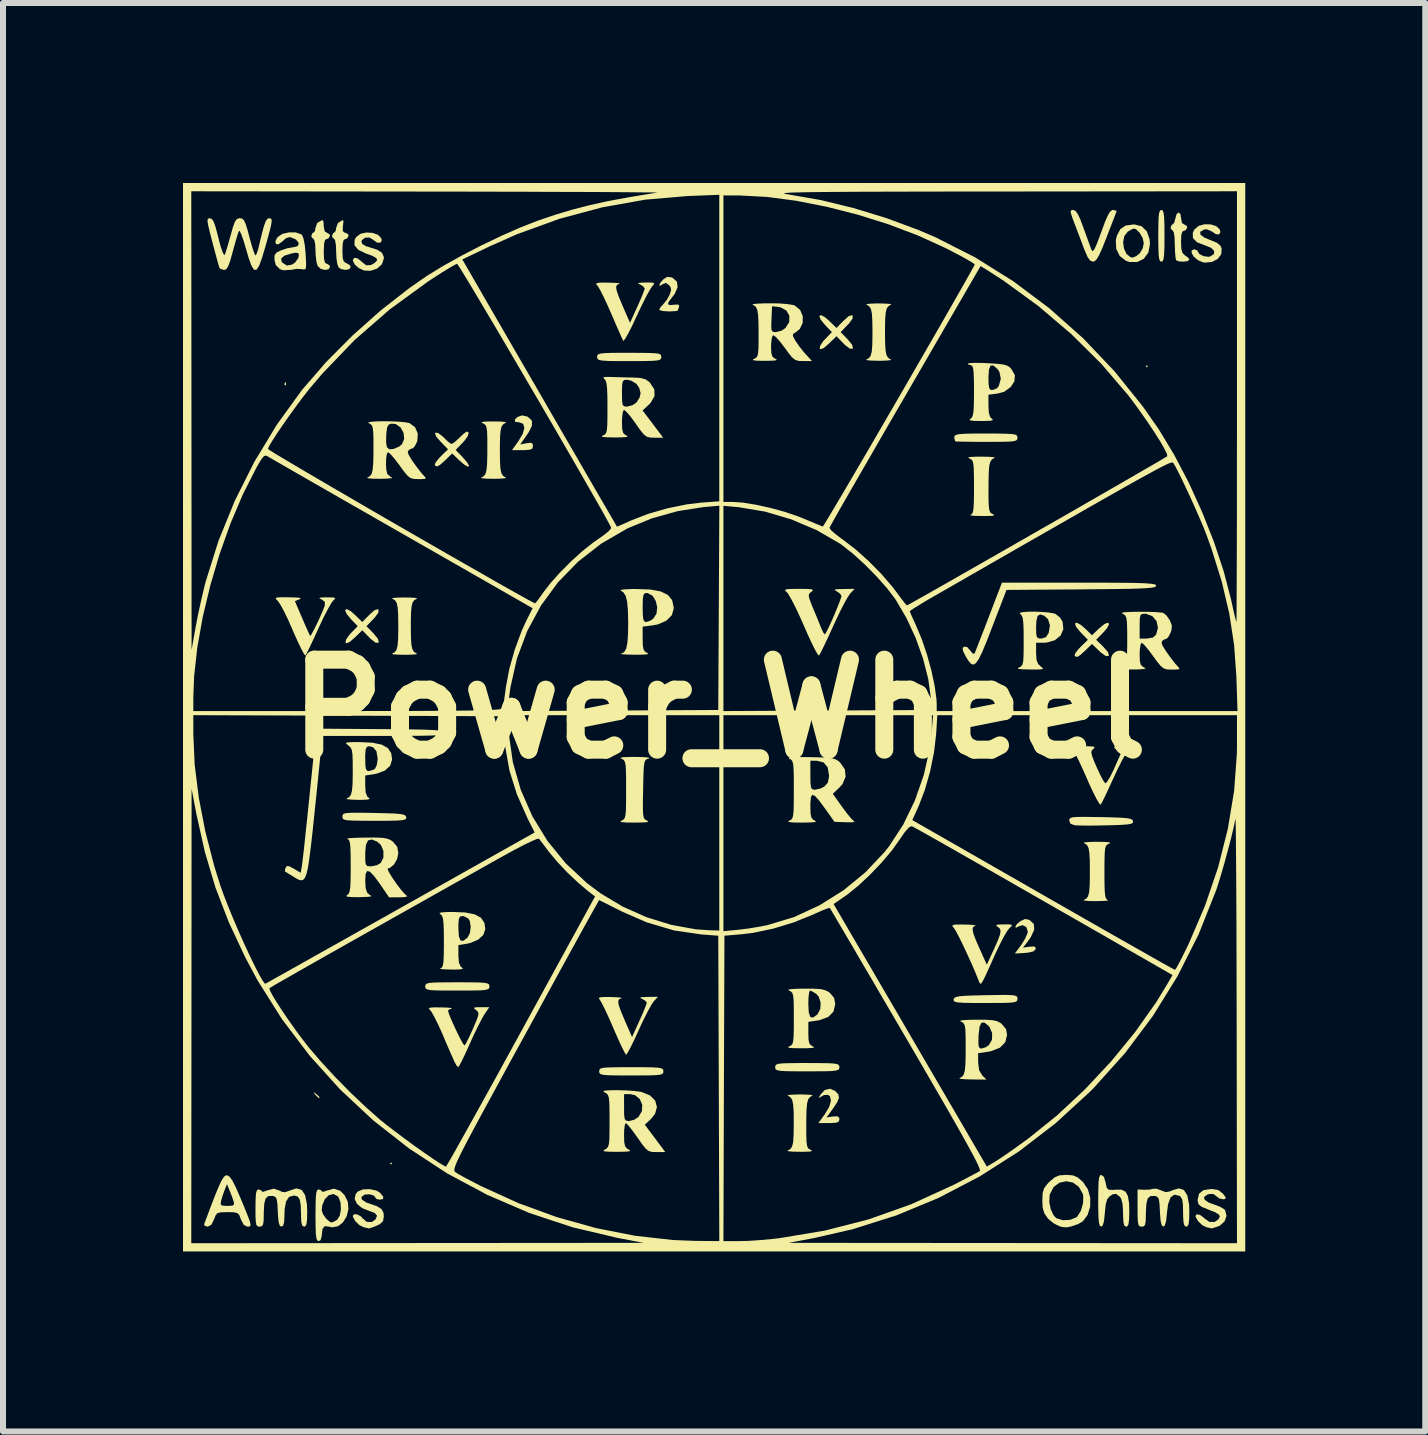
<source format=kicad_pcb>
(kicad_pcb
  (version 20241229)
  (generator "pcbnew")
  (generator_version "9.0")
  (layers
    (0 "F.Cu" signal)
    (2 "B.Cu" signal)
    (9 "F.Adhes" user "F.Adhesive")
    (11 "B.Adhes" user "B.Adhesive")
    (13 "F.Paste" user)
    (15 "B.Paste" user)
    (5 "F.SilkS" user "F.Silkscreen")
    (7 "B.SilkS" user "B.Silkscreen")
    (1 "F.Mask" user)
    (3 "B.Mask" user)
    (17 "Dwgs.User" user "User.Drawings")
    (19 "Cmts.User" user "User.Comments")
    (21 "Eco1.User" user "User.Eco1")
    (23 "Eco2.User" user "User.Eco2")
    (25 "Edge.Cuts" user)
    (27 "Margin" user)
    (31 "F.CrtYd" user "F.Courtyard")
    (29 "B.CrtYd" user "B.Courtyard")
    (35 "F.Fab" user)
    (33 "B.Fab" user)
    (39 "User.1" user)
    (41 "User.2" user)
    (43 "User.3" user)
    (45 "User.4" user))
  (footprint "Power_Wheel"
    (layer "F.Cu")
    (at 8.938 8.766)
    (property "Reference" "Power_Wheel" (at 0 0 0) (layer "F.SilkS") (effects (font (size 1.5 1.5) (thickness 0.3))))
    (attr board_only exclude_from_pos_files exclude_from_bom)
    (fp_poly (pts (xy -5.453 7.575) (xy -5.47 7.592) (xy -5.487 7.575) (xy -5.47 7.558)) (stroke (width 0) (type solid)) (fill yes) (layer "F.SilkS"))
    (fp_poly (pts (xy 7.144 -5.712) (xy 7.126 -5.694) (xy 7.109 -5.712) (xy 7.126 -5.729)) (stroke (width 0) (type solid)) (fill yes) (layer "F.SilkS"))
    (fp_poly (pts (xy -7.224 -5.441) (xy -7.22 -5.4) (xy -7.224 -5.395) (xy -7.245 -5.4) (xy -7.247 -5.418) (xy -7.235 -5.447)) (stroke (width 0) (type solid)) (fill yes) (layer "F.SilkS"))
    (fp_poly (pts (xy -6.746 6.395) (xy -6.721 6.415) (xy -6.673 6.457) (xy -6.661 6.475) (xy -6.677 6.485) (xy -6.723 6.441) (xy -6.734 6.428) (xy -6.764 6.387)) (stroke (width 0) (type solid)) (fill yes) (layer "F.SilkS"))
    (fp_poly (pts (xy 7.39 -8.307) (xy 7.405 -8.269) (xy 7.414 -8.194) (xy 7.419 -8.071) (xy 7.42 -7.89) (xy 7.42 -7.886) (xy 7.419 -7.703) (xy 7.414 -7.579) (xy 7.405 -7.503) (xy 7.39 -7.465) (xy 7.369 -7.454) (xy 7.368 -7.454) (xy 7.346 -7.465) (xy 7.331 -7.502) (xy 7.322 -7.577) (xy 7.318 -7.7) (xy 7.316 -7.882) (xy 7.316 -7.886) (xy 7.318 -8.068) (xy 7.322 -8.193) (xy 7.331 -8.268) (xy 7.346 -8.307) (xy 7.368 -8.317) (xy 7.368 -8.317)) (stroke (width 0) (type solid)) (fill yes) (layer "F.SilkS"))
    (fp_poly (pts (xy -3.198 -4.873) (xy -3.132 -4.816) (xy -3.122 -4.793) (xy -3.123 -4.72) (xy -3.171 -4.62) (xy -3.209 -4.564) (xy -3.318 -4.408) (xy -3.212 -4.429) (xy -3.138 -4.437) (xy -3.109 -4.414) (xy -3.106 -4.382) (xy -3.115 -4.341) (xy -3.154 -4.321) (xy -3.239 -4.314) (xy -3.281 -4.314) (xy -3.455 -4.314) (xy -3.347 -4.465) (xy -3.275 -4.587) (xy -3.249 -4.686) (xy -3.268 -4.752) (xy -3.332 -4.777) (xy -3.339 -4.777) (xy -3.405 -4.787) (xy -3.407 -4.822) (xy -3.365 -4.866) (xy -3.286 -4.893)) (stroke (width 0) (type solid)) (fill yes) (layer "F.SilkS"))
    (fp_poly (pts (xy 4.64 -4.59) (xy 4.783 -4.587) (xy 4.877 -4.582) (xy 4.933 -4.573) (xy 4.96 -4.557) (xy 4.969 -4.535) (xy 4.97 -4.521) (xy 4.966 -4.494) (xy 4.949 -4.476) (xy 4.908 -4.463) (xy 4.833 -4.456) (xy 4.714 -4.453) (xy 4.54 -4.452) (xy 4.452 -4.452) (xy 4.271 -4.452) (xy 4.118 -4.454) (xy 4.004 -4.456) (xy 3.94 -4.459) (xy 3.932 -4.461) (xy 3.918 -4.509) (xy 3.918 -4.544) (xy 3.941 -4.567) (xy 3.996 -4.58) (xy 4.092 -4.587) (xy 4.239 -4.59) (xy 4.438 -4.59)) (stroke (width 0) (type solid)) (fill yes) (layer "F.SilkS"))
    (fp_poly (pts (xy 6.259 1.801) (xy 6.358 1.802) (xy 6.561 1.807) (xy 6.706 1.813) (xy 6.801 1.821) (xy 6.858 1.833) (xy 6.886 1.85) (xy 6.895 1.87) (xy 6.893 1.895) (xy 6.869 1.912) (xy 6.813 1.923) (xy 6.714 1.931) (xy 6.561 1.937) (xy 6.464 1.939) (xy 6.288 1.943) (xy 6.128 1.944) (xy 6.003 1.942) (xy 5.93 1.939) (xy 5.927 1.939) (xy 5.853 1.913) (xy 5.832 1.86) (xy 5.836 1.835) (xy 5.853 1.817) (xy 5.893 1.805) (xy 5.968 1.8) (xy 6.086 1.798)) (stroke (width 0) (type solid)) (fill yes) (layer "F.SilkS"))
    (fp_poly (pts (xy -5.87 1.731) (xy -5.755 1.733) (xy -5.553 1.738) (xy -5.409 1.743) (xy -5.314 1.751) (xy -5.257 1.763) (xy -5.228 1.78) (xy -5.218 1.803) (xy -5.218 1.826) (xy -5.237 1.842) (xy -5.283 1.853) (xy -5.367 1.86) (xy -5.498 1.863) (xy -5.685 1.864) (xy -5.744 1.864) (xy -5.947 1.863) (xy -6.091 1.861) (xy -6.186 1.856) (xy -6.243 1.847) (xy -6.271 1.832) (xy -6.28 1.81) (xy -6.281 1.794) (xy -6.278 1.767) (xy -6.262 1.748) (xy -6.224 1.737) (xy -6.153 1.731) (xy -6.038 1.729)) (stroke (width 0) (type solid)) (fill yes) (layer "F.SilkS"))
    (fp_poly (pts (xy 4.879 4.77) (xy 4.934 4.778) (xy 4.961 4.793) (xy 4.969 4.815) (xy 4.97 4.831) (xy 4.966 4.857) (xy 4.95 4.876) (xy 4.911 4.888) (xy 4.839 4.896) (xy 4.724 4.899) (xy 4.555 4.9) (xy 4.432 4.901) (xy 4.228 4.9) (xy 4.084 4.898) (xy 3.989 4.892) (xy 3.934 4.883) (xy 3.91 4.868) (xy 3.905 4.847) (xy 3.906 4.84) (xy 3.917 4.817) (xy 3.946 4.8) (xy 4.004 4.788) (xy 4.1 4.78) (xy 4.245 4.775) (xy 4.444 4.77) (xy 4.644 4.767) (xy 4.786 4.766)) (stroke (width 0) (type solid)) (fill yes) (layer "F.SilkS"))
    (fp_poly (pts (xy -4.163 4.556) (xy -4.019 4.558) (xy -3.924 4.563) (xy -3.868 4.573) (xy -3.84 4.588) (xy -3.831 4.61) (xy -3.831 4.624) (xy -3.834 4.651) (xy -3.851 4.669) (xy -3.891 4.681) (xy -3.964 4.689) (xy -4.081 4.692) (xy -4.252 4.693) (xy -4.366 4.693) (xy -4.568 4.693) (xy -4.712 4.691) (xy -4.807 4.686) (xy -4.863 4.676) (xy -4.891 4.661) (xy -4.9 4.639) (xy -4.901 4.624) (xy -4.897 4.598) (xy -4.881 4.58) (xy -4.841 4.567) (xy -4.767 4.56) (xy -4.65 4.557) (xy -4.479 4.556) (xy -4.366 4.555)) (stroke (width 0) (type solid)) (fill yes) (layer "F.SilkS"))
    (fp_poly (pts (xy -1.298 -5.935) (xy -1.155 -5.933) (xy -1.06 -5.928) (xy -1.003 -5.919) (xy -0.976 -5.904) (xy -0.967 -5.881) (xy -0.966 -5.867) (xy -0.97 -5.841) (xy -0.986 -5.822) (xy -1.026 -5.81) (xy -1.1 -5.803) (xy -1.217 -5.799) (xy -1.388 -5.798) (xy -1.501 -5.798) (xy -1.704 -5.798) (xy -1.848 -5.8) (xy -1.943 -5.806) (xy -1.999 -5.815) (xy -2.026 -5.83) (xy -2.035 -5.852) (xy -2.036 -5.867) (xy -2.033 -5.893) (xy -2.016 -5.912) (xy -1.976 -5.924) (xy -1.903 -5.931) (xy -1.785 -5.935) (xy -1.614 -5.936) (xy -1.501 -5.936)) (stroke (width 0) (type solid)) (fill yes) (layer "F.SilkS"))
    (fp_poly (pts (xy -1.264 5.971) (xy -1.12 5.973) (xy -1.025 5.978) (xy -0.969 5.988) (xy -0.941 6.003) (xy -0.932 6.025) (xy -0.932 6.039) (xy -0.935 6.066) (xy -0.952 6.084) (xy -0.992 6.096) (xy -1.065 6.104) (xy -1.183 6.107) (xy -1.353 6.108) (xy -1.467 6.108) (xy -1.669 6.108) (xy -1.813 6.106) (xy -1.908 6.101) (xy -1.964 6.091) (xy -1.992 6.076) (xy -2.001 6.054) (xy -2.002 6.039) (xy -1.998 6.013) (xy -1.982 5.995) (xy -1.942 5.982) (xy -1.868 5.975) (xy -1.751 5.972) (xy -1.58 5.97) (xy -1.467 5.97)) (stroke (width 0) (type solid)) (fill yes) (layer "F.SilkS"))
    (fp_poly (pts (xy 1.669 5.902) (xy 1.813 5.904) (xy 1.908 5.909) (xy 1.964 5.919) (xy 1.992 5.934) (xy 2.001 5.956) (xy 2.002 5.97) (xy 1.998 5.997) (xy 1.982 6.015) (xy 1.942 6.027) (xy 1.868 6.035) (xy 1.751 6.038) (xy 1.58 6.039) (xy 1.467 6.039) (xy 1.264 6.039) (xy 1.12 6.037) (xy 1.025 6.032) (xy 0.969 6.022) (xy 0.941 6.007) (xy 0.932 5.985) (xy 0.932 5.97) (xy 0.935 5.944) (xy 0.952 5.926) (xy 0.992 5.913) (xy 1.065 5.906) (xy 1.183 5.903) (xy 1.353 5.901) (xy 1.467 5.901)) (stroke (width 0) (type solid)) (fill yes) (layer "F.SilkS"))
    (fp_poly (pts (xy 1.933 6.368) (xy 1.935 6.369) (xy 1.984 6.425) (xy 1.995 6.481) (xy 1.965 6.555) (xy 1.895 6.66) (xy 1.788 6.807) (xy 1.895 6.792) (xy 1.971 6.789) (xy 1.999 6.815) (xy 2.002 6.839) (xy 1.991 6.877) (xy 1.947 6.896) (xy 1.854 6.902) (xy 1.826 6.902) (xy 1.651 6.902) (xy 1.757 6.757) (xy 1.831 6.634) (xy 1.861 6.53) (xy 1.845 6.456) (xy 1.811 6.431) (xy 1.745 6.435) (xy 1.702 6.458) (xy 1.664 6.486) (xy 1.667 6.465) (xy 1.685 6.43) (xy 1.757 6.351) (xy 1.846 6.329)) (stroke (width 0) (type solid)) (fill yes) (layer "F.SilkS"))
    (fp_poly (pts (xy 5.168 3.516) (xy 5.174 3.519) (xy 5.243 3.585) (xy 5.249 3.678) (xy 5.194 3.799) (xy 5.151 3.861) (xy 5.062 3.978) (xy 5.173 3.962) (xy 5.249 3.958) (xy 5.274 3.98) (xy 5.273 4) (xy 5.241 4.038) (xy 5.156 4.06) (xy 5.094 4.066) (xy 4.926 4.076) (xy 5.034 3.93) (xy 5.096 3.831) (xy 5.135 3.742) (xy 5.142 3.707) (xy 5.116 3.634) (xy 5.055 3.603) (xy 4.984 3.626) (xy 4.982 3.627) (xy 4.943 3.648) (xy 4.935 3.629) (xy 4.961 3.584) (xy 5.019 3.536) (xy 5.098 3.5)) (stroke (width 0) (type solid)) (fill yes) (layer "F.SilkS"))
    (fp_poly (pts (xy -6.145 -1.632) (xy -6.077 -1.573) (xy -5.95 -1.449) (xy -5.832 -1.57) (xy -5.745 -1.647) (xy -5.69 -1.663) (xy -5.681 -1.657) (xy -5.68 -1.609) (xy -5.739 -1.527) (xy -5.763 -1.501) (xy -5.88 -1.38) (xy -5.763 -1.26) (xy -5.689 -1.169) (xy -5.675 -1.113) (xy -5.681 -1.104) (xy -5.727 -1.104) (xy -5.807 -1.165) (xy -5.832 -1.191) (xy -5.95 -1.312) (xy -6.077 -1.188) (xy -6.165 -1.113) (xy -6.217 -1.095) (xy -6.229 -1.104) (xy -6.222 -1.153) (xy -6.171 -1.228) (xy -6.14 -1.263) (xy -6.026 -1.38) (xy -6.14 -1.498) (xy -6.214 -1.59) (xy -6.236 -1.648) (xy -6.21 -1.665)) (stroke (width 0) (type solid)) (fill yes) (layer "F.SilkS"))
    (fp_poly (pts (xy 1.758 -6.532) (xy 1.826 -6.474) (xy 1.953 -6.35) (xy 2.071 -6.471) (xy 2.158 -6.547) (xy 2.213 -6.563) (xy 2.222 -6.557) (xy 2.223 -6.509) (xy 2.164 -6.428) (xy 2.14 -6.402) (xy 2.023 -6.281) (xy 2.14 -6.16) (xy 2.214 -6.07) (xy 2.228 -6.013) (xy 2.222 -6.005) (xy 2.176 -6.005) (xy 2.096 -6.066) (xy 2.071 -6.091) (xy 1.953 -6.212) (xy 1.826 -6.088) (xy 1.738 -6.013) (xy 1.686 -5.995) (xy 1.674 -6.005) (xy 1.681 -6.053) (xy 1.732 -6.129) (xy 1.763 -6.163) (xy 1.877 -6.281) (xy 1.763 -6.399) (xy 1.689 -6.491) (xy 1.667 -6.549) (xy 1.693 -6.565)) (stroke (width 0) (type solid)) (fill yes) (layer "F.SilkS"))
    (fp_poly (pts (xy 6.496 -1.413) (xy 6.463 -1.348) (xy 6.405 -1.28) (xy 6.281 -1.153) (xy 6.402 -1.035) (xy 6.478 -0.948) (xy 6.494 -0.893) (xy 6.488 -0.884) (xy 6.44 -0.883) (xy 6.358 -0.942) (xy 6.333 -0.966) (xy 6.212 -1.083) (xy 6.098 -0.973) (xy 6.016 -0.898) (xy 5.965 -0.867) (xy 5.934 -0.876) (xy 5.922 -0.892) (xy 5.934 -0.93) (xy 5.985 -0.996) (xy 6.024 -1.037) (xy 6.143 -1.153) (xy 6.019 -1.28) (xy 5.946 -1.37) (xy 5.928 -1.425) (xy 5.957 -1.438) (xy 6.025 -1.402) (xy 6.094 -1.343) (xy 6.212 -1.229) (xy 6.33 -1.343) (xy 6.422 -1.417) (xy 6.48 -1.439)) (stroke (width 0) (type solid)) (fill yes) (layer "F.SilkS"))
    (fp_poly (pts (xy -0.797 -7.193) (xy -0.776 -7.184) (xy -0.706 -7.122) (xy -0.694 -7.032) (xy -0.74 -6.923) (xy -0.776 -6.874) (xy -0.842 -6.789) (xy -0.856 -6.745) (xy -0.818 -6.731) (xy -0.758 -6.737) (xy -0.686 -6.741) (xy -0.668 -6.718) (xy -0.671 -6.704) (xy -0.688 -6.652) (xy -0.69 -6.641) (xy -0.721 -6.632) (xy -0.799 -6.627) (xy -0.846 -6.626) (xy -0.938 -6.632) (xy -0.994 -6.647) (xy -1.001 -6.655) (xy -0.978 -6.698) (xy -0.935 -6.744) (xy -0.873 -6.82) (xy -0.826 -6.907) (xy -0.802 -6.986) (xy -0.815 -7.038) (xy -0.839 -7.065) (xy -0.891 -7.101) (xy -0.941 -7.081) (xy -0.947 -7.076) (xy -0.991 -7.051) (xy -0.999 -7.069) (xy -0.975 -7.113) (xy -0.932 -7.161) (xy -0.866 -7.203)) (stroke (width 0) (type solid)) (fill yes) (layer "F.SilkS"))
    (fp_poly (pts (xy 7.038 -8.045) (xy 7.126 -7.96) (xy 7.172 -7.828) (xy 7.178 -7.749) (xy 7.151 -7.607) (xy 7.076 -7.504) (xy 6.967 -7.449) (xy 6.836 -7.45) (xy 6.777 -7.47) (xy 6.674 -7.549) (xy 6.616 -7.668) (xy 6.61 -7.78) (xy 6.731 -7.78) (xy 6.744 -7.675) (xy 6.786 -7.585) (xy 6.851 -7.531) (xy 6.89 -7.523) (xy 6.947 -7.546) (xy 7.006 -7.592) (xy 7.058 -7.679) (xy 7.075 -7.765) (xy 7.055 -7.851) (xy 7.006 -7.936) (xy 6.946 -7.995) (xy 6.91 -8.007) (xy 6.864 -7.989) (xy 6.806 -7.953) (xy 6.75 -7.88) (xy 6.731 -7.78) (xy 6.61 -7.78) (xy 6.609 -7.811) (xy 6.626 -7.886) (xy 6.684 -7.997) (xy 6.773 -8.057) (xy 6.91 -8.076) (xy 6.915 -8.076)) (stroke (width 0) (type solid)) (fill yes) (layer "F.SilkS"))
    (fp_poly (pts (xy -4.175 -4.603) (xy -4.193 -4.546) (xy -4.253 -4.463) (xy -4.285 -4.429) (xy -4.394 -4.317) (xy -4.285 -4.205) (xy -4.201 -4.108) (xy -4.171 -4.05) (xy -4.19 -4.037) (xy -4.253 -4.074) (xy -4.338 -4.148) (xy -4.452 -4.258) (xy -4.566 -4.148) (xy -4.648 -4.073) (xy -4.699 -4.042) (xy -4.73 -4.051) (xy -4.742 -4.067) (xy -4.73 -4.105) (xy -4.679 -4.171) (xy -4.64 -4.212) (xy -4.521 -4.328) (xy -4.645 -4.455) (xy -4.718 -4.541) (xy -4.738 -4.594) (xy -4.73 -4.606) (xy -4.685 -4.598) (xy -4.618 -4.549) (xy -4.592 -4.524) (xy -4.524 -4.458) (xy -4.472 -4.42) (xy -4.462 -4.417) (xy -4.42 -4.44) (xy -4.354 -4.498) (xy -4.331 -4.521) (xy -4.263 -4.586) (xy -4.213 -4.622) (xy -4.204 -4.624)) (stroke (width 0) (type solid)) (fill yes) (layer "F.SilkS"))
    (fp_poly (pts (xy 7.687 -8.246) (xy 7.696 -8.182) (xy 7.711 -8.099) (xy 7.748 -8.076) (xy 7.793 -8.048) (xy 7.799 -8.024) (xy 7.772 -7.978) (xy 7.748 -7.972) (xy 7.716 -7.955) (xy 7.7 -7.895) (xy 7.696 -7.783) (xy 7.701 -7.667) (xy 7.72 -7.599) (xy 7.759 -7.561) (xy 7.765 -7.558) (xy 7.82 -7.516) (xy 7.834 -7.488) (xy 7.805 -7.465) (xy 7.739 -7.455) (xy 7.665 -7.459) (xy 7.616 -7.477) (xy 7.615 -7.477) (xy 7.604 -7.521) (xy 7.596 -7.614) (xy 7.592 -7.736) (xy 7.592 -7.736) (xy 7.588 -7.858) (xy 7.575 -7.942) (xy 7.558 -7.972) (xy 7.527 -8) (xy 7.523 -8.024) (xy 7.541 -8.07) (xy 7.556 -8.076) (xy 7.583 -8.105) (xy 7.599 -8.168) (xy 7.622 -8.248) (xy 7.657 -8.275)) (stroke (width 0) (type solid)) (fill yes) (layer "F.SilkS"))
    (fp_poly (pts (xy -6.596 -8.115) (xy -6.592 -8.042) (xy -6.592 -8.041) (xy -6.576 -7.959) (xy -6.54 -7.938) (xy -6.494 -7.91) (xy -6.488 -7.886) (xy -6.516 -7.84) (xy -6.54 -7.834) (xy -6.57 -7.818) (xy -6.586 -7.762) (xy -6.591 -7.652) (xy -6.592 -7.627) (xy -6.588 -7.507) (xy -6.574 -7.442) (xy -6.546 -7.42) (xy -6.54 -7.42) (xy -6.494 -7.392) (xy -6.488 -7.368) (xy -6.514 -7.327) (xy -6.574 -7.317) (xy -6.643 -7.336) (xy -6.693 -7.382) (xy -6.694 -7.383) (xy -6.714 -7.454) (xy -6.727 -7.565) (xy -6.73 -7.642) (xy -6.735 -7.747) (xy -6.75 -7.816) (xy -6.764 -7.834) (xy -6.795 -7.862) (xy -6.799 -7.886) (xy -6.78 -7.932) (xy -6.764 -7.938) (xy -6.738 -7.967) (xy -6.73 -8.02) (xy -6.7 -8.101) (xy -6.627 -8.143) (xy -6.606 -8.145)) (stroke (width 0) (type solid)) (fill yes) (layer "F.SilkS"))
    (fp_poly (pts (xy -6.265 -8.115) (xy -6.273 -8.043) (xy -6.274 -8.041) (xy -6.275 -7.965) (xy -6.246 -7.938) (xy -6.233 -7.938) (xy -6.185 -7.912) (xy -6.177 -7.886) (xy -6.205 -7.84) (xy -6.229 -7.834) (xy -6.26 -7.817) (xy -6.276 -7.758) (xy -6.281 -7.644) (xy -6.281 -7.641) (xy -6.277 -7.527) (xy -6.262 -7.465) (xy -6.231 -7.436) (xy -6.212 -7.43) (xy -6.156 -7.395) (xy -6.143 -7.364) (xy -6.17 -7.328) (xy -6.234 -7.317) (xy -6.306 -7.333) (xy -6.343 -7.358) (xy -6.366 -7.414) (xy -6.381 -7.517) (xy -6.385 -7.617) (xy -6.39 -7.731) (xy -6.403 -7.809) (xy -6.419 -7.834) (xy -6.45 -7.862) (xy -6.454 -7.886) (xy -6.435 -7.932) (xy -6.419 -7.938) (xy -6.393 -7.967) (xy -6.385 -8.02) (xy -6.356 -8.099) (xy -6.288 -8.142) (xy -6.267 -8.145)) (stroke (width 0) (type solid)) (fill yes) (layer "F.SilkS"))
    (fp_poly (pts (xy -5.13 -1.856) (xy -5.056 -1.85) (xy -5.034 -1.841) (xy -5.039 -1.838) (xy -5.082 -1.815) (xy -5.112 -1.774) (xy -5.129 -1.705) (xy -5.138 -1.595) (xy -5.141 -1.432) (xy -5.141 -1.38) (xy -5.139 -1.201) (xy -5.132 -1.079) (xy -5.117 -1.001) (xy -5.091 -0.954) (xy -5.051 -0.928) (xy -5.039 -0.922) (xy -5.045 -0.913) (xy -5.107 -0.906) (xy -5.213 -0.903) (xy -5.246 -0.903) (xy -5.361 -0.905) (xy -5.436 -0.911) (xy -5.457 -0.92) (xy -5.453 -0.922) (xy -5.409 -0.946) (xy -5.38 -0.986) (xy -5.362 -1.055) (xy -5.353 -1.166) (xy -5.35 -1.329) (xy -5.35 -1.38) (xy -5.352 -1.56) (xy -5.359 -1.682) (xy -5.374 -1.76) (xy -5.4 -1.807) (xy -5.44 -1.833) (xy -5.453 -1.838) (xy -5.447 -1.848) (xy -5.384 -1.855) (xy -5.278 -1.858) (xy -5.246 -1.858)) (stroke (width 0) (type solid)) (fill yes) (layer "F.SilkS"))
    (fp_poly (pts (xy -3.646 -4.79) (xy -3.572 -4.783) (xy -3.55 -4.774) (xy -3.555 -4.772) (xy -3.598 -4.748) (xy -3.628 -4.708) (xy -3.645 -4.639) (xy -3.654 -4.529) (xy -3.657 -4.365) (xy -3.657 -4.314) (xy -3.655 -4.135) (xy -3.648 -4.012) (xy -3.633 -3.934) (xy -3.607 -3.888) (xy -3.567 -3.861) (xy -3.555 -3.856) (xy -3.561 -3.847) (xy -3.623 -3.84) (xy -3.729 -3.836) (xy -3.762 -3.836) (xy -3.877 -3.838) (xy -3.952 -3.845) (xy -3.973 -3.853) (xy -3.969 -3.856) (xy -3.926 -3.879) (xy -3.897 -3.917) (xy -3.879 -3.984) (xy -3.87 -4.089) (xy -3.866 -4.246) (xy -3.866 -4.341) (xy -3.866 -4.51) (xy -3.87 -4.623) (xy -3.879 -4.692) (xy -3.896 -4.731) (xy -3.923 -4.753) (xy -3.943 -4.761) (xy -3.964 -4.778) (xy -3.929 -4.787) (xy -3.831 -4.792) (xy -3.762 -4.792)) (stroke (width 0) (type solid)) (fill yes) (layer "F.SilkS"))
    (fp_poly (pts (xy 1.461 6.427) (xy 1.536 6.433) (xy 1.557 6.442) (xy 1.553 6.444) (xy 1.511 6.467) (xy 1.482 6.506) (xy 1.464 6.572) (xy 1.454 6.678) (xy 1.45 6.835) (xy 1.45 6.929) (xy 1.45 7.098) (xy 1.454 7.211) (xy 1.463 7.281) (xy 1.48 7.32) (xy 1.507 7.341) (xy 1.527 7.35) (xy 1.549 7.366) (xy 1.513 7.376) (xy 1.415 7.38) (xy 1.346 7.38) (xy 1.231 7.378) (xy 1.156 7.372) (xy 1.134 7.363) (xy 1.139 7.36) (xy 1.182 7.336) (xy 1.212 7.296) (xy 1.23 7.227) (xy 1.238 7.117) (xy 1.241 6.953) (xy 1.241 6.902) (xy 1.24 6.723) (xy 1.232 6.601) (xy 1.217 6.522) (xy 1.191 6.476) (xy 1.151 6.449) (xy 1.139 6.444) (xy 1.145 6.435) (xy 1.208 6.428) (xy 1.314 6.425) (xy 1.346 6.424)) (stroke (width 0) (type solid)) (fill yes) (layer "F.SilkS"))
    (fp_poly (pts (xy 2.773 -6.756) (xy 2.847 -6.75) (xy 2.869 -6.741) (xy 2.864 -6.739) (xy 2.821 -6.715) (xy 2.791 -6.675) (xy 2.774 -6.606) (xy 2.765 -6.496) (xy 2.762 -6.332) (xy 2.762 -6.281) (xy 2.764 -6.102) (xy 2.771 -5.979) (xy 2.786 -5.901) (xy 2.812 -5.855) (xy 2.852 -5.828) (xy 2.864 -5.823) (xy 2.858 -5.814) (xy 2.796 -5.807) (xy 2.69 -5.803) (xy 2.657 -5.803) (xy 2.542 -5.806) (xy 2.467 -5.812) (xy 2.446 -5.82) (xy 2.45 -5.823) (xy 2.494 -5.847) (xy 2.523 -5.887) (xy 2.541 -5.956) (xy 2.55 -6.066) (xy 2.553 -6.23) (xy 2.553 -6.281) (xy 2.551 -6.46) (xy 2.544 -6.583) (xy 2.529 -6.661) (xy 2.503 -6.707) (xy 2.463 -6.734) (xy 2.45 -6.739) (xy 2.456 -6.748) (xy 2.519 -6.755) (xy 2.625 -6.759) (xy 2.657 -6.759)) (stroke (width 0) (type solid)) (fill yes) (layer "F.SilkS"))
    (fp_poly (pts (xy 4.486 -4.203) (xy 4.566 -4.197) (xy 4.595 -4.189) (xy 4.59 -4.185) (xy 4.548 -4.163) (xy 4.52 -4.125) (xy 4.501 -4.061) (xy 4.492 -3.957) (xy 4.488 -3.804) (xy 4.487 -3.683) (xy 4.487 -3.51) (xy 4.491 -3.393) (xy 4.499 -3.32) (xy 4.515 -3.279) (xy 4.54 -3.256) (xy 4.564 -3.245) (xy 4.585 -3.229) (xy 4.549 -3.219) (xy 4.45 -3.216) (xy 4.383 -3.216) (xy 4.269 -3.218) (xy 4.197 -3.224) (xy 4.179 -3.231) (xy 4.184 -3.233) (xy 4.209 -3.247) (xy 4.226 -3.279) (xy 4.237 -3.341) (xy 4.243 -3.445) (xy 4.245 -3.601) (xy 4.245 -3.696) (xy 4.244 -3.879) (xy 4.241 -4.005) (xy 4.234 -4.086) (xy 4.221 -4.133) (xy 4.199 -4.159) (xy 4.167 -4.175) (xy 4.167 -4.175) (xy 4.147 -4.191) (xy 4.186 -4.2) (xy 4.286 -4.205) (xy 4.366 -4.205)) (stroke (width 0) (type solid)) (fill yes) (layer "F.SilkS"))
    (fp_poly (pts (xy 6.433 2.216) (xy 6.504 2.223) (xy 6.514 2.235) (xy 6.497 2.244) (xy 6.465 2.26) (xy 6.443 2.286) (xy 6.43 2.333) (xy 6.423 2.413) (xy 6.42 2.539) (xy 6.419 2.722) (xy 6.419 2.723) (xy 6.42 2.908) (xy 6.424 3.035) (xy 6.432 3.115) (xy 6.446 3.16) (xy 6.466 3.181) (xy 6.479 3.186) (xy 6.477 3.193) (xy 6.418 3.199) (xy 6.314 3.202) (xy 6.281 3.203) (xy 6.166 3.201) (xy 6.091 3.195) (xy 6.069 3.187) (xy 6.074 3.184) (xy 6.117 3.161) (xy 6.146 3.122) (xy 6.164 3.055) (xy 6.173 2.947) (xy 6.176 2.788) (xy 6.176 2.709) (xy 6.175 2.526) (xy 6.168 2.4) (xy 6.154 2.318) (xy 6.13 2.27) (xy 6.092 2.242) (xy 6.074 2.234) (xy 6.081 2.225) (xy 6.144 2.218) (xy 6.252 2.214) (xy 6.298 2.214)) (stroke (width 0) (type solid)) (fill yes) (layer "F.SilkS"))
    (fp_poly (pts (xy 6.614 -8.305) (xy 6.62 -8.288) (xy 6.604 -8.247) (xy 6.568 -8.154) (xy 6.518 -8.024) (xy 6.458 -7.87) (xy 6.454 -7.858) (xy 6.385 -7.685) (xy 6.332 -7.567) (xy 6.291 -7.496) (xy 6.256 -7.462) (xy 6.229 -7.455) (xy 6.182 -7.472) (xy 6.138 -7.532) (xy 6.089 -7.646) (xy 6.086 -7.653) (xy 6.033 -7.795) (xy 5.97 -7.96) (xy 5.923 -8.084) (xy 5.878 -8.204) (xy 5.857 -8.274) (xy 5.859 -8.307) (xy 5.883 -8.317) (xy 5.898 -8.317) (xy 5.936 -8.302) (xy 5.974 -8.251) (xy 6.02 -8.153) (xy 6.071 -8.015) (xy 6.122 -7.874) (xy 6.167 -7.752) (xy 6.198 -7.667) (xy 6.206 -7.646) (xy 6.224 -7.63) (xy 6.249 -7.657) (xy 6.285 -7.734) (xy 6.336 -7.866) (xy 6.366 -7.948) (xy 6.427 -8.114) (xy 6.474 -8.223) (xy 6.512 -8.287) (xy 6.546 -8.314) (xy 6.565 -8.317)) (stroke (width 0) (type solid)) (fill yes) (layer "F.SilkS"))
    (fp_poly (pts (xy 6.41 7.798) (xy 6.438 7.891) (xy 6.439 7.895) (xy 6.456 7.977) (xy 6.486 8.012) (xy 6.551 8.016) (xy 6.601 8.012) (xy 6.703 8.012) (xy 6.771 8.045) (xy 6.811 8.118) (xy 6.83 8.242) (xy 6.833 8.375) (xy 6.83 8.51) (xy 6.82 8.588) (xy 6.8 8.623) (xy 6.781 8.628) (xy 6.752 8.613) (xy 6.736 8.559) (xy 6.73 8.453) (xy 6.73 8.406) (xy 6.722 8.255) (xy 6.697 8.161) (xy 6.675 8.13) (xy 6.616 8.083) (xy 6.561 8.087) (xy 6.505 8.123) (xy 6.465 8.172) (xy 6.441 8.256) (xy 6.426 8.394) (xy 6.426 8.399) (xy 6.412 8.533) (xy 6.392 8.606) (xy 6.363 8.628) (xy 6.343 8.614) (xy 6.329 8.568) (xy 6.32 8.479) (xy 6.316 8.338) (xy 6.315 8.196) (xy 6.317 8.013) (xy 6.321 7.889) (xy 6.33 7.813) (xy 6.345 7.775) (xy 6.367 7.765)) (stroke (width 0) (type solid)) (fill yes) (layer "F.SilkS"))
    (fp_poly (pts (xy -5.78 -7.935) (xy -5.689 -7.903) (xy -5.634 -7.847) (xy -5.625 -7.81) (xy -5.648 -7.771) (xy -5.702 -7.772) (xy -5.761 -7.814) (xy -5.765 -7.818) (xy -5.83 -7.857) (xy -5.903 -7.855) (xy -5.956 -7.814) (xy -5.964 -7.793) (xy -5.951 -7.749) (xy -5.887 -7.713) (xy -5.826 -7.694) (xy -5.696 -7.652) (xy -5.623 -7.604) (xy -5.593 -7.541) (xy -5.591 -7.507) (xy -5.622 -7.413) (xy -5.701 -7.341) (xy -5.811 -7.303) (xy -5.919 -7.307) (xy -6.007 -7.347) (xy -6.079 -7.411) (xy -6.108 -7.476) (xy -6.108 -7.477) (xy -6.087 -7.518) (xy -6.035 -7.513) (xy -5.97 -7.465) (xy -5.961 -7.454) (xy -5.885 -7.394) (xy -5.805 -7.399) (xy -5.744 -7.434) (xy -5.703 -7.476) (xy -5.713 -7.513) (xy -5.779 -7.551) (xy -5.892 -7.592) (xy -6.018 -7.653) (xy -6.081 -7.73) (xy -6.077 -7.819) (xy -6.052 -7.864) (xy -5.982 -7.919) (xy -5.884 -7.941)) (stroke (width 0) (type solid)) (fill yes) (layer "F.SilkS"))
    (fp_poly (pts (xy -1.268 0.802) (xy -1.187 0.809) (xy -1.161 0.818) (xy -1.173 0.825) (xy -1.207 0.836) (xy -1.231 0.855) (xy -1.247 0.892) (xy -1.257 0.96) (xy -1.263 1.068) (xy -1.267 1.229) (xy -1.269 1.34) (xy -1.273 1.533) (xy -1.273 1.668) (xy -1.269 1.756) (xy -1.259 1.81) (xy -1.241 1.839) (xy -1.214 1.856) (xy -1.2 1.862) (xy -1.181 1.878) (xy -1.218 1.888) (xy -1.318 1.893) (xy -1.415 1.894) (xy -1.556 1.892) (xy -1.633 1.885) (xy -1.648 1.872) (xy -1.631 1.863) (xy -1.6 1.847) (xy -1.579 1.823) (xy -1.565 1.779) (xy -1.557 1.702) (xy -1.554 1.583) (xy -1.553 1.409) (xy -1.553 1.346) (xy -1.553 1.154) (xy -1.556 1.02) (xy -1.562 0.932) (xy -1.574 0.879) (xy -1.593 0.85) (xy -1.621 0.834) (xy -1.631 0.829) (xy -1.647 0.814) (xy -1.603 0.804) (xy -1.495 0.8) (xy -1.398 0.799)) (stroke (width 0) (type solid)) (fill yes) (layer "F.SilkS"))
    (fp_poly (pts (xy 6.332 -2.105) (xy 6.605 -2.104) (xy 6.821 -2.102) (xy 6.987 -2.099) (xy 7.109 -2.094) (xy 7.194 -2.087) (xy 7.246 -2.079) (xy 7.274 -2.068) (xy 7.282 -2.055) (xy 7.282 -2.054) (xy 7.274 -2.04) (xy 7.247 -2.029) (xy 7.195 -2.02) (xy 7.111 -2.013) (xy 6.988 -2.007) (xy 6.821 -2.002) (xy 6.603 -1.999) (xy 6.328 -1.996) (xy 6.034 -1.993) (xy 4.787 -1.984) (xy 4.547 -1.362) (xy 4.456 -1.126) (xy 4.383 -0.951) (xy 4.324 -0.831) (xy 4.275 -0.762) (xy 4.233 -0.738) (xy 4.192 -0.756) (xy 4.148 -0.809) (xy 4.111 -0.87) (xy 4.064 -0.961) (xy 4.056 -1.012) (xy 4.076 -1.038) (xy 4.129 -1.034) (xy 4.179 -0.978) (xy 4.223 -0.926) (xy 4.251 -0.919) (xy 4.252 -0.92) (xy 4.269 -0.96) (xy 4.306 -1.054) (xy 4.359 -1.191) (xy 4.425 -1.359) (xy 4.489 -1.527) (xy 4.711 -2.105) (xy 5.996 -2.105)) (stroke (width 0) (type solid)) (fill yes) (layer "F.SilkS"))
    (fp_poly (pts (xy 8.191 -8.076) (xy 8.282 -8.047) (xy 8.341 -7.992) (xy 8.352 -7.948) (xy 8.33 -7.908) (xy 8.274 -7.915) (xy 8.21 -7.958) (xy 8.125 -7.995) (xy 8.078 -7.99) (xy 8.016 -7.953) (xy 8.018 -7.907) (xy 8.081 -7.858) (xy 8.179 -7.817) (xy 8.292 -7.771) (xy 8.352 -7.721) (xy 8.373 -7.673) (xy 8.366 -7.579) (xy 8.307 -7.501) (xy 8.211 -7.45) (xy 8.095 -7.439) (xy 8.058 -7.445) (xy 7.978 -7.48) (xy 7.913 -7.534) (xy 7.875 -7.592) (xy 7.871 -7.639) (xy 7.912 -7.661) (xy 7.92 -7.661) (xy 7.966 -7.643) (xy 7.972 -7.628) (xy 8.002 -7.582) (xy 8.071 -7.547) (xy 8.151 -7.536) (xy 8.18 -7.541) (xy 8.244 -7.581) (xy 8.248 -7.633) (xy 8.198 -7.685) (xy 8.098 -7.726) (xy 8.094 -7.727) (xy 7.962 -7.778) (xy 7.894 -7.849) (xy 7.892 -7.937) (xy 7.919 -7.992) (xy 7.989 -8.051) (xy 8.086 -8.078)) (stroke (width 0) (type solid)) (fill yes) (layer "F.SilkS"))
    (fp_poly (pts (xy -5.713 8.027) (xy -5.658 8.06) (xy -5.6 8.128) (xy -5.604 8.168) (xy -5.66 8.179) (xy -5.716 8.166) (xy -5.729 8.147) (xy -5.758 8.11) (xy -5.825 8.089) (xy -5.901 8.092) (xy -5.914 8.096) (xy -5.966 8.134) (xy -5.955 8.179) (xy -5.884 8.225) (xy -5.824 8.246) (xy -5.698 8.291) (xy -5.626 8.338) (xy -5.595 8.402) (xy -5.591 8.461) (xy -5.604 8.536) (xy -5.655 8.585) (xy -5.71 8.612) (xy -5.79 8.643) (xy -5.836 8.658) (xy -5.84 8.658) (xy -5.877 8.648) (xy -5.927 8.638) (xy -6 8.601) (xy -6.068 8.534) (xy -6.106 8.463) (xy -6.108 8.447) (xy -6.085 8.42) (xy -6.03 8.426) (xy -5.971 8.459) (xy -5.944 8.49) (xy -5.875 8.548) (xy -5.791 8.551) (xy -5.73 8.508) (xy -5.704 8.446) (xy -5.744 8.399) (xy -5.823 8.37) (xy -5.953 8.319) (xy -6.04 8.247) (xy -6.077 8.164) (xy -6.059 8.082) (xy -6.023 8.042) (xy -5.937 8.007) (xy -5.823 8.003)) (stroke (width 0) (type solid)) (fill yes) (layer "F.SilkS"))
    (fp_poly (pts (xy -1.094 4.875) (xy -1.134 4.935) (xy -1.194 5.044) (xy -1.266 5.187) (xy -1.341 5.347) (xy -1.345 5.358) (xy -1.415 5.51) (xy -1.477 5.636) (xy -1.524 5.724) (xy -1.55 5.763) (xy -1.552 5.763) (xy -1.574 5.733) (xy -1.616 5.651) (xy -1.674 5.528) (xy -1.741 5.376) (xy -1.762 5.327) (xy -1.833 5.164) (xy -1.899 5.021) (xy -1.953 4.912) (xy -1.989 4.85) (xy -1.994 4.844) (xy -2.009 4.819) (xy -1.986 4.806) (xy -1.914 4.8) (xy -1.806 4.801) (xy -1.699 4.805) (xy -1.635 4.812) (xy -1.627 4.82) (xy -1.631 4.821) (xy -1.669 4.838) (xy -1.685 4.871) (xy -1.677 4.932) (xy -1.642 5.031) (xy -1.58 5.18) (xy -1.573 5.196) (xy -1.454 5.468) (xy -1.331 5.197) (xy -1.275 5.071) (xy -1.233 4.968) (xy -1.21 4.905) (xy -1.208 4.895) (xy -1.236 4.86) (xy -1.286 4.833) (xy -1.319 4.814) (xy -1.3 4.804) (xy -1.219 4.8) (xy -1.193 4.799) (xy -1.023 4.797)) (stroke (width 0) (type solid)) (fill yes) (layer "F.SilkS"))
    (fp_poly (pts (xy 5.893 7.773) (xy 5.975 7.808) (xy 6.06 7.882) (xy 6.143 8.005) (xy 6.183 8.149) (xy 6.181 8.297) (xy 6.139 8.432) (xy 6.06 8.538) (xy 5.981 8.585) (xy 5.869 8.624) (xy 5.792 8.64) (xy 5.724 8.635) (xy 5.671 8.622) (xy 5.576 8.575) (xy 5.484 8.499) (xy 5.473 8.487) (xy 5.417 8.405) (xy 5.39 8.313) (xy 5.385 8.222) (xy 5.5 8.222) (xy 5.526 8.343) (xy 5.574 8.443) (xy 5.619 8.488) (xy 5.727 8.521) (xy 5.849 8.514) (xy 5.95 8.473) (xy 5.968 8.457) (xy 6.028 8.361) (xy 6.063 8.235) (xy 6.066 8.114) (xy 6.06 8.085) (xy 5.992 7.964) (xy 5.894 7.893) (xy 5.781 7.871) (xy 5.668 7.896) (xy 5.572 7.968) (xy 5.51 8.087) (xy 5.505 8.108) (xy 5.5 8.222) (xy 5.385 8.222) (xy 5.384 8.19) (xy 5.389 8.072) (xy 5.411 7.993) (xy 5.463 7.922) (xy 5.501 7.882) (xy 5.588 7.807) (xy 5.67 7.773) (xy 5.781 7.765)) (stroke (width 0) (type solid)) (fill yes) (layer "F.SilkS"))
    (fp_poly (pts (xy 6.808 0.699) (xy 6.766 0.76) (xy 6.706 0.869) (xy 6.635 1.011) (xy 6.561 1.171) (xy 6.56 1.172) (xy 6.49 1.325) (xy 6.429 1.455) (xy 6.382 1.55) (xy 6.356 1.595) (xy 6.355 1.596) (xy 6.333 1.576) (xy 6.289 1.503) (xy 6.23 1.386) (xy 6.16 1.237) (xy 6.126 1.157) (xy 6.053 0.993) (xy 5.988 0.854) (xy 5.936 0.751) (xy 5.903 0.696) (xy 5.895 0.69) (xy 5.868 0.664) (xy 5.867 0.656) (xy 5.898 0.637) (xy 5.981 0.625) (xy 6.081 0.621) (xy 6.194 0.623) (xy 6.249 0.631) (xy 6.254 0.647) (xy 6.235 0.665) (xy 6.207 0.691) (xy 6.2 0.726) (xy 6.214 0.786) (xy 6.252 0.885) (xy 6.289 0.969) (xy 6.345 1.09) (xy 6.394 1.184) (xy 6.428 1.234) (xy 6.435 1.239) (xy 6.463 1.214) (xy 6.509 1.14) (xy 6.564 1.031) (xy 6.58 0.995) (xy 6.693 0.742) (xy 6.621 0.682) (xy 6.582 0.645) (xy 6.584 0.628) (xy 6.638 0.622) (xy 6.715 0.621) (xy 6.88 0.621)) (stroke (width 0) (type solid)) (fill yes) (layer "F.SilkS"))
    (fp_poly (pts (xy -1.129 -7.107) (xy -1.087 -7.099) (xy -1.092 -7.075) (xy -1.122 -7.04) (xy -1.158 -6.984) (xy -1.216 -6.879) (xy -1.287 -6.738) (xy -1.364 -6.576) (xy -1.382 -6.537) (xy -1.454 -6.383) (xy -1.518 -6.258) (xy -1.567 -6.172) (xy -1.596 -6.135) (xy -1.601 -6.136) (xy -1.621 -6.179) (xy -1.663 -6.272) (xy -1.721 -6.403) (xy -1.787 -6.558) (xy -1.797 -6.579) (xy -1.867 -6.739) (xy -1.934 -6.88) (xy -1.988 -6.987) (xy -2.024 -7.046) (xy -2.027 -7.049) (xy -2.051 -7.08) (xy -2.043 -7.098) (xy -1.994 -7.105) (xy -1.89 -7.106) (xy -1.843 -7.105) (xy -1.735 -7.101) (xy -1.671 -7.095) (xy -1.661 -7.087) (xy -1.665 -7.085) (xy -1.704 -7.068) (xy -1.72 -7.035) (xy -1.711 -6.975) (xy -1.677 -6.876) (xy -1.615 -6.728) (xy -1.607 -6.709) (xy -1.488 -6.436) (xy -1.365 -6.706) (xy -1.309 -6.832) (xy -1.267 -6.935) (xy -1.244 -6.999) (xy -1.242 -7.009) (xy -1.271 -7.046) (xy -1.32 -7.074) (xy -1.354 -7.092) (xy -1.334 -7.102) (xy -1.254 -7.107) (xy -1.228 -7.107)) (stroke (width 0) (type solid)) (fill yes) (layer "F.SilkS"))
    (fp_poly (pts (xy 4.839 3.591) (xy 4.878 3.599) (xy 4.869 3.621) (xy 4.838 3.65) (xy 4.796 3.704) (xy 4.736 3.807) (xy 4.666 3.944) (xy 4.592 4.1) (xy 4.592 4.101) (xy 4.506 4.293) (xy 4.444 4.43) (xy 4.401 4.518) (xy 4.372 4.566) (xy 4.354 4.581) (xy 4.341 4.571) (xy 4.329 4.542) (xy 4.327 4.538) (xy 4.278 4.416) (xy 4.215 4.268) (xy 4.143 4.109) (xy 4.071 3.954) (xy 4.004 3.817) (xy 3.949 3.712) (xy 3.914 3.656) (xy 3.913 3.653) (xy 3.886 3.62) (xy 3.89 3.601) (xy 3.935 3.593) (xy 4.034 3.592) (xy 4.093 3.593) (xy 4.2 3.597) (xy 4.264 3.604) (xy 4.272 3.612) (xy 4.268 3.613) (xy 4.233 3.632) (xy 4.221 3.671) (xy 4.234 3.74) (xy 4.275 3.85) (xy 4.345 4.01) (xy 4.352 4.025) (xy 4.459 4.262) (xy 4.576 4.007) (xy 4.642 3.859) (xy 4.679 3.76) (xy 4.688 3.696) (xy 4.671 3.655) (xy 4.633 3.626) (xy 4.611 3.605) (xy 4.642 3.594) (xy 4.734 3.59) (xy 4.74 3.59)) (stroke (width 0) (type solid)) (fill yes) (layer "F.SilkS"))
    (fp_poly (pts (xy 8.317 8.018) (xy 8.397 8.081) (xy 8.397 8.081) (xy 8.439 8.138) (xy 8.435 8.164) (xy 8.407 8.173) (xy 8.34 8.16) (xy 8.297 8.13) (xy 8.234 8.083) (xy 8.167 8.084) (xy 8.13 8.096) (xy 8.079 8.135) (xy 8.09 8.181) (xy 8.158 8.227) (xy 8.236 8.255) (xy 8.338 8.293) (xy 8.413 8.336) (xy 8.431 8.355) (xy 8.454 8.448) (xy 8.421 8.541) (xy 8.342 8.611) (xy 8.312 8.624) (xy 8.238 8.649) (xy 8.201 8.658) (xy 8.2 8.658) (xy 8.168 8.648) (xy 8.119 8.638) (xy 8.046 8.601) (xy 7.978 8.534) (xy 7.939 8.463) (xy 7.938 8.447) (xy 7.96 8.421) (xy 8.013 8.433) (xy 8.074 8.478) (xy 8.085 8.49) (xy 8.169 8.549) (xy 8.258 8.549) (xy 8.318 8.505) (xy 8.342 8.463) (xy 8.328 8.427) (xy 8.265 8.389) (xy 8.146 8.341) (xy 8.136 8.337) (xy 8.037 8.296) (xy 7.988 8.255) (xy 7.973 8.201) (xy 7.972 8.18) (xy 7.996 8.078) (xy 8.07 8.019) (xy 8.2 8) (xy 8.203 8)) (stroke (width 0) (type solid)) (fill yes) (layer "F.SilkS"))
    (fp_poly (pts (xy -8.202 7.772) (xy -8.162 7.796) (xy -8.115 7.86) (xy -8.057 7.974) (xy -7.987 8.135) (xy -7.909 8.322) (xy -7.856 8.454) (xy -7.824 8.541) (xy -7.813 8.593) (xy -7.818 8.618) (xy -7.839 8.627) (xy -7.863 8.628) (xy -7.924 8.6) (xy -7.97 8.512) (xy -7.972 8.507) (xy -7.999 8.437) (xy -8.033 8.401) (xy -8.097 8.388) (xy -8.196 8.386) (xy -8.304 8.389) (xy -8.364 8.403) (xy -8.396 8.442) (xy -8.421 8.507) (xy -8.465 8.597) (xy -8.525 8.628) (xy -8.531 8.628) (xy -8.581 8.611) (xy -8.585 8.585) (xy -8.489 8.329) (xy -8.46 8.254) (xy -8.311 8.254) (xy -8.285 8.277) (xy -8.208 8.283) (xy -8.198 8.283) (xy -8.116 8.278) (xy -8.086 8.258) (xy -8.094 8.208) (xy -8.095 8.205) (xy -8.126 8.116) (xy -8.162 8.024) (xy -8.205 7.92) (xy -8.244 8.017) (xy -8.28 8.119) (xy -8.303 8.198) (xy -8.311 8.254) (xy -8.46 8.254) (xy -8.413 8.132) (xy -8.354 7.986) (xy -8.308 7.884) (xy -8.271 7.819) (xy -8.241 7.784) (xy -8.215 7.772)) (stroke (width 0) (type solid)) (fill yes) (layer "F.SilkS"))
    (fp_poly (pts (xy -7.06 -7.943) (xy -6.971 -7.912) (xy -6.954 -7.898) (xy -6.93 -7.842) (xy -6.909 -7.735) (xy -6.895 -7.598) (xy -6.894 -7.581) (xy -6.887 -7.447) (xy -6.887 -7.368) (xy -6.898 -7.331) (xy -6.924 -7.324) (xy -6.953 -7.33) (xy -7.041 -7.335) (xy -7.134 -7.319) (xy -7.266 -7.311) (xy -7.321 -7.329) (xy -7.391 -7.397) (xy -7.413 -7.482) (xy -7.413 -7.507) (xy -7.303 -7.507) (xy -7.292 -7.451) (xy -7.283 -7.439) (xy -7.206 -7.39) (xy -7.118 -7.407) (xy -7.069 -7.442) (xy -7.019 -7.51) (xy -7.006 -7.56) (xy -7.016 -7.597) (xy -7.058 -7.605) (xy -7.131 -7.591) (xy -7.25 -7.554) (xy -7.303 -7.507) (xy -7.413 -7.507) (xy -7.413 -7.559) (xy -7.38 -7.606) (xy -7.302 -7.645) (xy -7.197 -7.679) (xy -7.101 -7.696) (xy -7.093 -7.696) (xy -7.024 -7.716) (xy -7.008 -7.763) (xy -7.049 -7.818) (xy -7.072 -7.833) (xy -7.156 -7.865) (xy -7.221 -7.847) (xy -7.281 -7.793) (xy -7.348 -7.744) (xy -7.392 -7.751) (xy -7.397 -7.8) (xy -7.361 -7.865) (xy -7.284 -7.917) (xy -7.174 -7.943)) (stroke (width 0) (type solid)) (fill yes) (layer "F.SilkS"))
    (fp_poly (pts (xy -6.317 8.031) (xy -6.246 8.102) (xy -6.191 8.213) (xy -6.181 8.335) (xy -6.209 8.453) (xy -6.269 8.553) (xy -6.352 8.62) (xy -6.452 8.64) (xy -6.508 8.627) (xy -6.575 8.62) (xy -6.613 8.666) (xy -6.626 8.772) (xy -6.626 8.786) (xy -6.645 8.853) (xy -6.678 8.869) (xy -6.7 8.859) (xy -6.715 8.822) (xy -6.724 8.747) (xy -6.728 8.623) (xy -6.73 8.442) (xy -6.73 8.438) (xy -6.729 8.354) (xy -6.626 8.354) (xy -6.604 8.421) (xy -6.552 8.494) (xy -6.492 8.548) (xy -6.46 8.559) (xy -6.413 8.54) (xy -6.369 8.513) (xy -6.325 8.444) (xy -6.306 8.34) (xy -6.312 8.228) (xy -6.345 8.139) (xy -6.359 8.121) (xy -6.433 8.084) (xy -6.509 8.104) (xy -6.574 8.17) (xy -6.617 8.271) (xy -6.626 8.354) (xy -6.729 8.354) (xy -6.728 8.255) (xy -6.724 8.131) (xy -6.715 8.055) (xy -6.7 8.017) (xy -6.678 8.007) (xy -6.678 8.007) (xy -6.632 8.024) (xy -6.626 8.039) (xy -6.6 8.048) (xy -6.538 8.026) (xy -6.538 8.026) (xy -6.422 7.995)) (stroke (width 0) (type solid)) (fill yes) (layer "F.SilkS"))
    (fp_poly (pts (xy -7.173 -1.861) (xy -7.046 -1.858) (xy -6.983 -1.85) (xy -6.979 -1.837) (xy -6.996 -1.828) (xy -7.073 -1.797) (xy -6.951 -1.512) (xy -6.896 -1.385) (xy -6.851 -1.284) (xy -6.823 -1.225) (xy -6.818 -1.216) (xy -6.8 -1.239) (xy -6.762 -1.308) (xy -6.713 -1.406) (xy -6.661 -1.516) (xy -6.615 -1.621) (xy -6.581 -1.705) (xy -6.575 -1.722) (xy -6.574 -1.785) (xy -6.629 -1.826) (xy -6.632 -1.827) (xy -6.668 -1.846) (xy -6.651 -1.856) (xy -6.575 -1.86) (xy -6.54 -1.86) (xy -6.441 -1.859) (xy -6.402 -1.85) (xy -6.411 -1.829) (xy -6.428 -1.815) (xy -6.464 -1.768) (xy -6.52 -1.67) (xy -6.59 -1.536) (xy -6.665 -1.378) (xy -6.681 -1.342) (xy -6.754 -1.183) (xy -6.817 -1.048) (xy -6.866 -0.948) (xy -6.894 -0.895) (xy -6.897 -0.891) (xy -6.918 -0.912) (xy -6.959 -0.986) (xy -7.016 -1.103) (xy -7.083 -1.251) (xy -7.106 -1.305) (xy -7.179 -1.471) (xy -7.249 -1.617) (xy -7.31 -1.73) (xy -7.353 -1.796) (xy -7.36 -1.803) (xy -7.391 -1.834) (xy -7.39 -1.852) (xy -7.347 -1.86) (xy -7.252 -1.862)) (stroke (width 0) (type solid)) (fill yes) (layer "F.SilkS"))
    (fp_poly (pts (xy -3.913 5.088) (xy -3.959 5.167) (xy -4.023 5.292) (xy -4.097 5.444) (xy -4.162 5.588) (xy -4.229 5.736) (xy -4.286 5.856) (xy -4.329 5.939) (xy -4.351 5.97) (xy -4.351 5.97) (xy -4.379 5.943) (xy -4.416 5.876) (xy -4.416 5.875) (xy -4.447 5.805) (xy -4.498 5.689) (xy -4.561 5.544) (xy -4.614 5.418) (xy -4.681 5.269) (xy -4.744 5.142) (xy -4.795 5.05) (xy -4.824 5.013) (xy -4.842 4.99) (xy -4.818 4.978) (xy -4.743 4.973) (xy -4.64 4.974) (xy -4.532 4.977) (xy -4.467 4.984) (xy -4.457 4.992) (xy -4.461 4.993) (xy -4.512 5.015) (xy -4.521 5.027) (xy -4.508 5.075) (xy -4.473 5.163) (xy -4.424 5.273) (xy -4.37 5.389) (xy -4.317 5.495) (xy -4.274 5.574) (xy -4.248 5.609) (xy -4.246 5.609) (xy -4.221 5.572) (xy -4.178 5.487) (xy -4.124 5.371) (xy -4.105 5.329) (xy -4.05 5.199) (xy -4.02 5.118) (xy -4.014 5.069) (xy -4.029 5.039) (xy -4.055 5.017) (xy -4.089 4.987) (xy -4.076 4.974) (xy -4.006 4.97) (xy -3.976 4.97) (xy -3.833 4.97)) (stroke (width 0) (type solid)) (fill yes) (layer "F.SilkS"))
    (fp_poly (pts (xy -4.231 3.392) (xy -4.074 3.424) (xy -3.97 3.481) (xy -3.914 3.567) (xy -3.9 3.671) (xy -3.932 3.765) (xy -4.02 3.846) (xy -4.151 3.901) (xy -4.209 3.913) (xy -4.348 3.935) (xy -4.348 4.105) (xy -4.34 4.224) (xy -4.312 4.291) (xy -4.288 4.311) (xy -4.273 4.33) (xy -4.312 4.34) (xy -4.411 4.344) (xy -4.469 4.343) (xy -4.578 4.34) (xy -4.644 4.334) (xy -4.654 4.326) (xy -4.65 4.325) (xy -4.625 4.311) (xy -4.608 4.278) (xy -4.597 4.214) (xy -4.592 4.108) (xy -4.59 3.948) (xy -4.59 3.882) (xy -4.591 3.7) (xy -4.593 3.658) (xy -4.348 3.658) (xy -4.34 3.791) (xy -4.313 3.859) (xy -4.265 3.864) (xy -4.196 3.811) (xy -4.156 3.734) (xy -4.143 3.63) (xy -4.158 3.534) (xy -4.183 3.493) (xy -4.252 3.456) (xy -4.286 3.451) (xy -4.321 3.461) (xy -4.34 3.5) (xy -4.348 3.585) (xy -4.348 3.658) (xy -4.593 3.658) (xy -4.596 3.575) (xy -4.605 3.495) (xy -4.621 3.448) (xy -4.645 3.423) (xy -4.65 3.419) (xy -4.664 3.401) (xy -4.625 3.39) (xy -4.527 3.384) (xy -4.448 3.383)) (stroke (width 0) (type solid)) (fill yes) (layer "F.SilkS"))
    (fp_poly (pts (xy 4.445 5.18) (xy 4.554 5.187) (xy 4.628 5.203) (xy 4.683 5.231) (xy 4.706 5.248) (xy 4.78 5.337) (xy 4.797 5.432) (xy 4.766 5.555) (xy 4.676 5.646) (xy 4.53 5.703) (xy 4.478 5.713) (xy 4.314 5.737) (xy 4.314 5.888) (xy 4.331 6.022) (xy 4.383 6.108) (xy 4.452 6.177) (xy 4.202 6.175) (xy 4.089 6.171) (xy 4.017 6.164) (xy 3.999 6.154) (xy 4.003 6.152) (xy 4.045 6.13) (xy 4.074 6.092) (xy 4.092 6.028) (xy 4.102 5.924) (xy 4.106 5.771) (xy 4.106 5.65) (xy 4.106 5.565) (xy 4.318 5.565) (xy 4.325 5.63) (xy 4.347 5.656) (xy 4.37 5.66) (xy 4.441 5.638) (xy 4.492 5.603) (xy 4.545 5.513) (xy 4.548 5.403) (xy 4.503 5.3) (xy 4.484 5.278) (xy 4.416 5.225) (xy 4.368 5.231) (xy 4.338 5.297) (xy 4.322 5.428) (xy 4.321 5.447) (xy 4.318 5.565) (xy 4.106 5.565) (xy 4.106 5.477) (xy 4.102 5.36) (xy 4.094 5.287) (xy 4.078 5.246) (xy 4.053 5.223) (xy 4.029 5.212) (xy 4.014 5.197) (xy 4.058 5.187) (xy 4.165 5.181) (xy 4.283 5.179)) (stroke (width 0) (type solid)) (fill yes) (layer "F.SilkS"))
    (fp_poly (pts (xy -5.644 0.336) (xy -5.34 0.338) (xy -5.098 0.341) (xy -4.911 0.345) (xy -4.773 0.351) (xy -4.675 0.358) (xy -4.613 0.367) (xy -4.577 0.378) (xy -4.563 0.392) (xy -4.562 0.396) (xy -4.565 0.411) (xy -4.587 0.423) (xy -4.635 0.432) (xy -4.716 0.439) (xy -4.836 0.444) (xy -5.002 0.447) (xy -5.222 0.448) (xy -5.502 0.449) (xy -5.588 0.449) (xy -6.626 0.449) (xy -6.627 0.526) (xy -6.63 0.579) (xy -6.641 0.691) (xy -6.656 0.854) (xy -6.677 1.059) (xy -6.701 1.297) (xy -6.728 1.559) (xy -6.743 1.704) (xy -6.777 2.027) (xy -6.806 2.287) (xy -6.832 2.49) (xy -6.855 2.642) (xy -6.88 2.749) (xy -6.907 2.816) (xy -6.938 2.85) (xy -6.976 2.856) (xy -7.022 2.84) (xy -7.078 2.808) (xy -7.109 2.788) (xy -7.187 2.74) (xy -7.234 2.711) (xy -7.239 2.708) (xy -7.237 2.676) (xy -7.228 2.648) (xy -7.207 2.617) (xy -7.168 2.621) (xy -7.092 2.662) (xy -6.977 2.73) (xy -6.959 2.633) (xy -6.951 2.576) (xy -6.937 2.459) (xy -6.918 2.292) (xy -6.896 2.083) (xy -6.87 1.842) (xy -6.843 1.577) (xy -6.828 1.432) (xy -6.715 0.328)) (stroke (width 0) (type solid)) (fill yes) (layer "F.SilkS"))
    (fp_poly (pts (xy -1.152 -1.991) (xy -0.977 -1.959) (xy -0.857 -1.901) (xy -0.786 -1.814) (xy -0.76 -1.696) (xy -0.759 -1.674) (xy -0.791 -1.563) (xy -0.881 -1.472) (xy -1.018 -1.411) (xy -1.101 -1.395) (xy -1.277 -1.372) (xy -1.277 -1.168) (xy -1.274 -1.051) (xy -1.26 -0.984) (xy -1.229 -0.948) (xy -1.199 -0.933) (xy -1.182 -0.917) (xy -1.224 -0.908) (xy -1.33 -0.904) (xy -1.415 -0.904) (xy -1.537 -0.907) (xy -1.617 -0.912) (xy -1.644 -0.918) (xy -1.635 -0.921) (xy -1.587 -0.945) (xy -1.553 -1.001) (xy -1.532 -1.098) (xy -1.521 -1.247) (xy -1.518 -1.432) (xy -1.523 -1.64) (xy -1.527 -1.691) (xy -1.277 -1.691) (xy -1.274 -1.562) (xy -1.265 -1.488) (xy -1.244 -1.455) (xy -1.219 -1.449) (xy -1.149 -1.471) (xy -1.098 -1.507) (xy -1.046 -1.591) (xy -1.035 -1.696) (xy -1.059 -1.801) (xy -1.112 -1.886) (xy -1.19 -1.93) (xy -1.213 -1.933) (xy -1.247 -1.925) (xy -1.266 -1.891) (xy -1.275 -1.817) (xy -1.277 -1.691) (xy -1.527 -1.691) (xy -1.536 -1.788) (xy -1.561 -1.887) (xy -1.6 -1.946) (xy -1.636 -1.968) (xy -1.644 -1.983) (xy -1.584 -1.993) (xy -1.456 -1.999) (xy -1.388 -1.999)) (stroke (width 0) (type solid)) (fill yes) (layer "F.SilkS"))
    (fp_poly (pts (xy 2.181 -1.923) (xy 2.141 -1.864) (xy 2.08 -1.755) (xy 2.006 -1.61) (xy 1.927 -1.443) (xy 1.898 -1.38) (xy 1.822 -1.214) (xy 1.755 -1.071) (xy 1.702 -0.962) (xy 1.668 -0.899) (xy 1.662 -0.889) (xy 1.64 -0.91) (xy 1.597 -0.984) (xy 1.538 -1.103) (xy 1.468 -1.255) (xy 1.417 -1.372) (xy 1.338 -1.55) (xy 1.263 -1.708) (xy 1.197 -1.835) (xy 1.149 -1.918) (xy 1.13 -1.941) (xy 1.1 -1.971) (xy 1.1 -1.989) (xy 1.141 -1.998) (xy 1.234 -2.001) (xy 1.331 -2.002) (xy 1.464 -2) (xy 1.537 -1.995) (xy 1.562 -1.983) (xy 1.547 -1.963) (xy 1.535 -1.953) (xy 1.502 -1.926) (xy 1.49 -1.893) (xy 1.501 -1.839) (xy 1.535 -1.747) (xy 1.567 -1.669) (xy 1.622 -1.538) (xy 1.67 -1.419) (xy 1.703 -1.338) (xy 1.703 -1.337) (xy 1.735 -1.27) (xy 1.759 -1.243) (xy 1.78 -1.273) (xy 1.819 -1.35) (xy 1.869 -1.458) (xy 1.922 -1.581) (xy 1.972 -1.702) (xy 2.012 -1.804) (xy 2.034 -1.871) (xy 2.037 -1.884) (xy 2.009 -1.926) (xy 1.958 -1.96) (xy 1.923 -1.981) (xy 1.936 -1.993) (xy 2.004 -1.998) (xy 2.068 -1.999) (xy 2.255 -2.002)) (stroke (width 0) (type solid)) (fill yes) (layer "F.SilkS"))
    (fp_poly (pts (xy 5.378 -1.617) (xy 5.487 -1.608) (xy 5.573 -1.593) (xy 5.605 -1.583) (xy 5.682 -1.52) (xy 5.722 -1.453) (xy 5.734 -1.33) (xy 5.688 -1.223) (xy 5.592 -1.145) (xy 5.457 -1.107) (xy 5.411 -1.104) (xy 5.28 -1.104) (xy 5.28 -0.934) (xy 5.287 -0.82) (xy 5.313 -0.751) (xy 5.357 -0.709) (xy 5.391 -0.682) (xy 5.391 -0.666) (xy 5.347 -0.659) (xy 5.248 -0.657) (xy 5.176 -0.658) (xy 5.047 -0.661) (xy 4.983 -0.669) (xy 4.977 -0.682) (xy 4.995 -0.691) (xy 5.028 -0.708) (xy 5.05 -0.735) (xy 5.064 -0.784) (xy 5.07 -0.869) (xy 5.073 -1.001) (xy 5.073 -1.136) (xy 5.072 -1.315) (xy 5.07 -1.361) (xy 5.28 -1.361) (xy 5.282 -1.253) (xy 5.294 -1.197) (xy 5.324 -1.176) (xy 5.367 -1.173) (xy 5.445 -1.197) (xy 5.49 -1.267) (xy 5.511 -1.391) (xy 5.48 -1.495) (xy 5.417 -1.554) (xy 5.348 -1.576) (xy 5.305 -1.55) (xy 5.285 -1.468) (xy 5.28 -1.361) (xy 5.07 -1.361) (xy 5.067 -1.437) (xy 5.057 -1.514) (xy 5.04 -1.559) (xy 5.015 -1.583) (xy 5.013 -1.585) (xy 5.01 -1.602) (xy 5.06 -1.614) (xy 5.149 -1.621) (xy 5.26 -1.622)) (stroke (width 0) (type solid)) (fill yes) (layer "F.SilkS"))
    (fp_poly (pts (xy 7.743 8.017) (xy 7.8 8.107) (xy 7.83 8.26) (xy 7.834 8.375) (xy 7.831 8.51) (xy 7.821 8.588) (xy 7.801 8.623) (xy 7.782 8.628) (xy 7.754 8.613) (xy 7.738 8.562) (xy 7.731 8.461) (xy 7.73 8.387) (xy 7.727 8.255) (xy 7.715 8.175) (xy 7.69 8.13) (xy 7.666 8.113) (xy 7.582 8.095) (xy 7.52 8.143) (xy 7.479 8.256) (xy 7.461 8.399) (xy 7.447 8.535) (xy 7.425 8.609) (xy 7.4 8.628) (xy 7.373 8.605) (xy 7.355 8.531) (xy 7.345 8.398) (xy 7.344 8.378) (xy 7.337 8.248) (xy 7.326 8.172) (xy 7.305 8.134) (xy 7.268 8.118) (xy 7.251 8.116) (xy 7.183 8.119) (xy 7.14 8.159) (xy 7.118 8.247) (xy 7.11 8.391) (xy 7.11 8.412) (xy 7.107 8.531) (xy 7.097 8.596) (xy 7.073 8.623) (xy 7.04 8.628) (xy 7.007 8.623) (xy 6.987 8.598) (xy 6.976 8.541) (xy 6.972 8.439) (xy 6.971 8.318) (xy 6.971 8.009) (xy 7.087 8.013) (xy 7.176 8.01) (xy 7.234 7.997) (xy 7.236 7.996) (xy 7.288 7.996) (xy 7.362 8.023) (xy 7.442 8.053) (xy 7.513 8.04) (xy 7.545 8.024) (xy 7.658 7.99)) (stroke (width 0) (type solid)) (fill yes) (layer "F.SilkS"))
    (fp_poly (pts (xy -5.784 0.562) (xy -5.627 0.594) (xy -5.524 0.651) (xy -5.468 0.737) (xy -5.453 0.842) (xy -5.485 0.946) (xy -5.575 1.028) (xy -5.714 1.079) (xy -5.749 1.086) (xy -5.901 1.109) (xy -5.901 1.277) (xy -5.893 1.395) (xy -5.865 1.462) (xy -5.841 1.481) (xy -5.826 1.5) (xy -5.864 1.511) (xy -5.962 1.515) (xy -6.022 1.515) (xy -6.132 1.511) (xy -6.201 1.504) (xy -6.215 1.495) (xy -6.212 1.493) (xy -6.169 1.47) (xy -6.139 1.43) (xy -6.122 1.362) (xy -6.112 1.253) (xy -6.109 1.091) (xy -6.109 1.029) (xy -6.11 0.864) (xy -6.111 0.828) (xy -5.901 0.828) (xy -5.898 0.945) (xy -5.887 1.008) (xy -5.861 1.033) (xy -5.839 1.035) (xy -5.763 1.013) (xy -5.736 0.994) (xy -5.708 0.933) (xy -5.694 0.84) (xy -5.694 0.828) (xy -5.714 0.704) (xy -5.774 0.636) (xy -5.839 0.621) (xy -5.874 0.631) (xy -5.893 0.671) (xy -5.901 0.755) (xy -5.901 0.828) (xy -6.111 0.828) (xy -6.114 0.753) (xy -6.125 0.684) (xy -6.145 0.642) (xy -6.177 0.612) (xy -6.185 0.606) (xy -6.219 0.579) (xy -6.219 0.563) (xy -6.175 0.555) (xy -6.077 0.552) (xy -6 0.552)) (stroke (width 0) (type solid)) (fill yes) (layer "F.SilkS"))
    (fp_poly (pts (xy 1.58 4.662) (xy 1.689 4.669) (xy 1.763 4.686) (xy 1.819 4.714) (xy 1.842 4.73) (xy 1.914 4.816) (xy 1.933 4.919) (xy 1.903 5.044) (xy 1.815 5.134) (xy 1.669 5.187) (xy 1.637 5.192) (xy 1.484 5.215) (xy 1.484 5.404) (xy 1.488 5.517) (xy 1.504 5.58) (xy 1.539 5.614) (xy 1.562 5.624) (xy 1.582 5.64) (xy 1.544 5.65) (xy 1.443 5.655) (xy 1.363 5.655) (xy 1.228 5.653) (xy 1.157 5.646) (xy 1.147 5.633) (xy 1.165 5.624) (xy 1.197 5.608) (xy 1.219 5.582) (xy 1.232 5.534) (xy 1.239 5.452) (xy 1.242 5.324) (xy 1.242 5.159) (xy 1.242 4.98) (xy 1.24 4.918) (xy 1.484 4.918) (xy 1.491 5.057) (xy 1.516 5.131) (xy 1.559 5.145) (xy 1.625 5.099) (xy 1.637 5.088) (xy 1.684 4.999) (xy 1.689 4.89) (xy 1.655 4.791) (xy 1.614 4.747) (xy 1.548 4.707) (xy 1.511 4.693) (xy 1.497 4.725) (xy 1.487 4.807) (xy 1.484 4.918) (xy 1.24 4.918) (xy 1.239 4.857) (xy 1.231 4.779) (xy 1.217 4.733) (xy 1.194 4.709) (xy 1.165 4.695) (xy 1.149 4.679) (xy 1.194 4.669) (xy 1.301 4.663) (xy 1.419 4.661)) (stroke (width 0) (type solid)) (fill yes) (layer "F.SilkS"))
    (fp_poly (pts (xy 4.384 -5.767) (xy 4.472 -5.763) (xy 4.629 -5.753) (xy 4.733 -5.741) (xy 4.799 -5.722) (xy 4.844 -5.693) (xy 4.869 -5.665) (xy 4.927 -5.561) (xy 4.919 -5.462) (xy 4.857 -5.366) (xy 4.746 -5.285) (xy 4.633 -5.256) (xy 4.486 -5.237) (xy 4.486 -5.053) (xy 4.493 -4.932) (xy 4.516 -4.863) (xy 4.547 -4.834) (xy 4.562 -4.816) (xy 4.524 -4.804) (xy 4.427 -4.8) (xy 4.366 -4.799) (xy 4.241 -4.802) (xy 4.179 -4.81) (xy 4.172 -4.825) (xy 4.184 -4.834) (xy 4.21 -4.857) (xy 4.227 -4.899) (xy 4.238 -4.972) (xy 4.243 -5.087) (xy 4.245 -5.257) (xy 4.245 -5.299) (xy 4.244 -5.481) (xy 4.242 -5.522) (xy 4.486 -5.522) (xy 4.489 -5.406) (xy 4.5 -5.343) (xy 4.525 -5.318) (xy 4.554 -5.315) (xy 4.624 -5.342) (xy 4.658 -5.381) (xy 4.692 -5.504) (xy 4.668 -5.62) (xy 4.636 -5.666) (xy 4.568 -5.725) (xy 4.522 -5.723) (xy 4.495 -5.658) (xy 4.486 -5.528) (xy 4.486 -5.522) (xy 4.242 -5.522) (xy 4.239 -5.605) (xy 4.23 -5.681) (xy 4.215 -5.718) (xy 4.193 -5.729) (xy 4.193 -5.729) (xy 4.147 -5.743) (xy 4.141 -5.755) (xy 4.173 -5.764) (xy 4.259 -5.768)) (stroke (width 0) (type solid)) (fill yes) (layer "F.SilkS"))
    (fp_poly (pts (xy -6.961 8.015) (xy -6.903 8.102) (xy -6.873 8.251) (xy -6.868 8.375) (xy -6.87 8.51) (xy -6.881 8.588) (xy -6.901 8.623) (xy -6.919 8.628) (xy -6.95 8.612) (xy -6.966 8.555) (xy -6.971 8.444) (xy -6.971 8.423) (xy -6.976 8.272) (xy -6.992 8.177) (xy -7.025 8.127) (xy -7.08 8.11) (xy -7.094 8.11) (xy -7.171 8.133) (xy -7.22 8.207) (xy -7.244 8.338) (xy -7.247 8.436) (xy -7.252 8.552) (xy -7.269 8.612) (xy -7.298 8.628) (xy -7.326 8.611) (xy -7.344 8.552) (xy -7.355 8.439) (xy -7.358 8.378) (xy -7.365 8.248) (xy -7.376 8.172) (xy -7.397 8.134) (xy -7.433 8.118) (xy -7.45 8.116) (xy -7.518 8.119) (xy -7.561 8.159) (xy -7.584 8.247) (xy -7.592 8.391) (xy -7.592 8.412) (xy -7.594 8.531) (xy -7.605 8.596) (xy -7.628 8.623) (xy -7.661 8.628) (xy -7.694 8.623) (xy -7.715 8.598) (xy -7.725 8.542) (xy -7.73 8.44) (xy -7.73 8.317) (xy -7.728 8.166) (xy -7.721 8.071) (xy -7.706 8.022) (xy -7.682 8.007) (xy -7.679 8.007) (xy -7.633 8.024) (xy -7.627 8.039) (xy -7.601 8.048) (xy -7.539 8.026) (xy -7.536 8.024) (xy -7.422 7.995) (xy -7.314 8.033) (xy -7.295 8.047) (xy -7.237 8.054) (xy -7.161 8.027) (xy -7.047 7.99)) (stroke (width 0) (type solid)) (fill yes) (layer "F.SilkS"))
    (fp_poly (pts (xy -1.555 6.357) (xy -1.41 6.367) (xy -1.302 6.382) (xy -1.294 6.384) (xy -1.155 6.441) (xy -1.068 6.528) (xy -1.039 6.634) (xy -1.07 6.747) (xy -1.138 6.833) (xy -1.241 6.929) (xy -1.07 7.157) (xy -0.9 7.385) (xy -1.048 7.385) (xy -1.122 7.383) (xy -1.177 7.367) (xy -1.227 7.328) (xy -1.287 7.253) (xy -1.363 7.144) (xy -1.442 7.034) (xy -1.508 6.95) (xy -1.551 6.906) (xy -1.559 6.902) (xy -1.574 6.933) (xy -1.585 7.015) (xy -1.587 7.104) (xy -1.584 7.221) (xy -1.569 7.289) (xy -1.537 7.328) (xy -1.51 7.343) (xy -1.483 7.362) (xy -1.502 7.373) (xy -1.573 7.379) (xy -1.706 7.381) (xy -1.708 7.381) (xy -1.842 7.379) (xy -1.914 7.373) (xy -1.934 7.362) (xy -1.907 7.344) (xy -1.907 7.343) (xy -1.875 7.324) (xy -1.853 7.296) (xy -1.839 7.246) (xy -1.832 7.163) (xy -1.83 7.034) (xy -1.829 6.868) (xy -1.83 6.687) (xy -1.833 6.562) (xy -1.84 6.483) (xy -1.855 6.436) (xy -1.869 6.419) (xy -1.587 6.419) (xy -1.587 6.643) (xy -1.586 6.764) (xy -1.577 6.831) (xy -1.556 6.86) (xy -1.515 6.868) (xy -1.501 6.868) (xy -1.412 6.844) (xy -1.346 6.799) (xy -1.289 6.702) (xy -1.284 6.597) (xy -1.325 6.502) (xy -1.404 6.437) (xy -1.486 6.419) (xy -1.587 6.419) (xy -1.869 6.419) (xy -1.877 6.409) (xy -1.907 6.392) (xy -1.934 6.373) (xy -1.916 6.362) (xy -1.845 6.356) (xy -1.713 6.353) (xy -1.708 6.353)) (stroke (width 0) (type solid)) (fill yes) (layer "F.SilkS"))
    (fp_poly (pts (xy -7.477 -8.175) (xy -7.462 -8.158) (xy -7.461 -8.116) (xy -7.475 -8.039) (xy -7.506 -7.919) (xy -7.554 -7.743) (xy -7.564 -7.708) (xy -7.623 -7.511) (xy -7.672 -7.381) (xy -7.715 -7.318) (xy -7.756 -7.322) (xy -7.799 -7.391) (xy -7.847 -7.526) (xy -7.887 -7.665) (xy -7.93 -7.81) (xy -7.967 -7.913) (xy -7.994 -7.966) (xy -8.006 -7.967) (xy -8.025 -7.914) (xy -8.056 -7.812) (xy -8.093 -7.68) (xy -8.11 -7.618) (xy -8.151 -7.47) (xy -8.185 -7.378) (xy -8.216 -7.331) (xy -8.251 -7.316) (xy -8.254 -7.316) (xy -8.316 -7.336) (xy -8.334 -7.359) (xy -8.348 -7.408) (xy -8.376 -7.509) (xy -8.413 -7.646) (xy -8.451 -7.791) (xy -8.494 -7.957) (xy -8.52 -8.067) (xy -8.53 -8.134) (xy -8.525 -8.167) (xy -8.505 -8.178) (xy -8.49 -8.179) (xy -8.458 -8.167) (xy -8.428 -8.124) (xy -8.397 -8.037) (xy -8.359 -7.897) (xy -8.348 -7.851) (xy -8.313 -7.717) (xy -8.28 -7.619) (xy -8.255 -7.568) (xy -8.245 -7.566) (xy -8.225 -7.618) (xy -8.194 -7.718) (xy -8.157 -7.848) (xy -8.144 -7.894) (xy -8.105 -8.034) (xy -8.073 -8.119) (xy -8.043 -8.163) (xy -8.007 -8.178) (xy -7.99 -8.179) (xy -7.951 -8.172) (xy -7.921 -8.143) (xy -7.892 -8.079) (xy -7.858 -7.968) (xy -7.832 -7.868) (xy -7.795 -7.733) (xy -7.762 -7.628) (xy -7.737 -7.567) (xy -7.729 -7.558) (xy -7.71 -7.589) (xy -7.684 -7.667) (xy -7.666 -7.742) (xy -7.622 -7.928) (xy -7.587 -8.055) (xy -7.557 -8.133) (xy -7.528 -8.171) (xy -7.504 -8.179)) (stroke (width 0) (type solid)) (fill yes) (layer "F.SilkS"))
    (fp_poly (pts (xy -5.613 2.148) (xy -5.536 2.161) (xy -5.48 2.184) (xy -5.44 2.211) (xy -5.368 2.296) (xy -5.349 2.401) (xy -5.37 2.502) (xy -5.422 2.593) (xy -5.489 2.649) (xy -5.524 2.657) (xy -5.524 2.682) (xy -5.492 2.745) (xy -5.437 2.831) (xy -5.371 2.926) (xy -5.303 3.015) (xy -5.244 3.081) (xy -5.214 3.107) (xy -5.202 3.126) (xy -5.252 3.136) (xy -5.332 3.139) (xy -5.504 3.139) (xy -5.657 2.915) (xy -5.754 2.783) (xy -5.823 2.712) (xy -5.869 2.701) (xy -5.894 2.75) (xy -5.901 2.856) (xy -5.894 2.985) (xy -5.868 3.063) (xy -5.818 3.106) (xy -5.798 3.115) (xy -5.804 3.125) (xy -5.866 3.132) (xy -5.973 3.136) (xy -6.005 3.137) (xy -6.136 3.135) (xy -6.204 3.128) (xy -6.216 3.113) (xy -6.203 3.103) (xy -6.178 3.081) (xy -6.161 3.04) (xy -6.15 2.968) (xy -6.145 2.855) (xy -6.143 2.689) (xy -6.143 2.624) (xy -6.144 2.439) (xy -6.145 2.415) (xy -5.901 2.415) (xy -5.9 2.53) (xy -5.891 2.592) (xy -5.865 2.618) (xy -5.816 2.623) (xy -5.8 2.623) (xy -5.707 2.604) (xy -5.643 2.567) (xy -5.598 2.478) (xy -5.598 2.369) (xy -5.638 2.269) (xy -5.698 2.213) (xy -5.792 2.175) (xy -5.854 2.191) (xy -5.889 2.264) (xy -5.901 2.399) (xy -5.901 2.415) (xy -6.145 2.415) (xy -6.148 2.313) (xy -6.156 2.233) (xy -6.17 2.189) (xy -6.191 2.168) (xy -6.203 2.163) (xy -6.197 2.157) (xy -6.132 2.151) (xy -6.021 2.146) (xy -5.897 2.144) (xy -5.729 2.143)) (stroke (width 0) (type solid)) (fill yes) (layer "F.SilkS"))
    (fp_poly (pts (xy -1.813 -5.534) (xy -1.805 -5.533) (xy -1.67 -5.529) (xy -1.514 -5.525) (xy -1.439 -5.524) (xy -1.313 -5.517) (xy -1.23 -5.494) (xy -1.165 -5.448) (xy -1.155 -5.437) (xy -1.083 -5.328) (xy -1.079 -5.215) (xy -1.144 -5.103) (xy -1.174 -5.072) (xy -1.278 -4.975) (xy -1.106 -4.748) (xy -0.935 -4.521) (xy -1.083 -4.521) (xy -1.157 -4.524) (xy -1.211 -4.539) (xy -1.261 -4.579) (xy -1.322 -4.654) (xy -1.397 -4.761) (xy -1.475 -4.868) (xy -1.541 -4.946) (xy -1.584 -4.983) (xy -1.592 -4.984) (xy -1.609 -4.942) (xy -1.62 -4.853) (xy -1.622 -4.777) (xy -1.618 -4.664) (xy -1.602 -4.601) (xy -1.567 -4.567) (xy -1.544 -4.557) (xy -1.524 -4.541) (xy -1.562 -4.531) (xy -1.663 -4.526) (xy -1.743 -4.525) (xy -1.878 -4.528) (xy -1.948 -4.535) (xy -1.959 -4.547) (xy -1.941 -4.557) (xy -1.909 -4.573) (xy -1.887 -4.599) (xy -1.874 -4.646) (xy -1.867 -4.728) (xy -1.864 -4.855) (xy -1.864 -5.025) (xy -1.865 -5.214) (xy -1.867 -5.263) (xy -1.622 -5.263) (xy -1.62 -5.142) (xy -1.612 -5.075) (xy -1.59 -5.046) (xy -1.55 -5.039) (xy -1.536 -5.039) (xy -1.446 -5.063) (xy -1.38 -5.108) (xy -1.328 -5.19) (xy -1.311 -5.263) (xy -1.335 -5.352) (xy -1.38 -5.418) (xy -1.463 -5.47) (xy -1.536 -5.487) (xy -1.582 -5.483) (xy -1.608 -5.461) (xy -1.619 -5.405) (xy -1.622 -5.3) (xy -1.622 -5.263) (xy -1.867 -5.263) (xy -1.87 -5.345) (xy -1.881 -5.43) (xy -1.898 -5.48) (xy -1.917 -5.501) (xy -1.936 -5.524) (xy -1.904 -5.534)) (stroke (width 0) (type solid)) (fill yes) (layer "F.SilkS"))
    (fp_poly (pts (xy 0.99 -6.759) (xy 1.127 -6.749) (xy 1.226 -6.734) (xy 1.256 -6.725) (xy 1.346 -6.652) (xy 1.391 -6.548) (xy 1.39 -6.436) (xy 1.343 -6.335) (xy 1.278 -6.281) (xy 1.232 -6.252) (xy 1.226 -6.218) (xy 1.259 -6.154) (xy 1.267 -6.139) (xy 1.331 -6.046) (xy 1.413 -5.943) (xy 1.437 -5.916) (xy 1.545 -5.798) (xy 1.397 -5.798) (xy 1.321 -5.801) (xy 1.265 -5.818) (xy 1.213 -5.86) (xy 1.149 -5.939) (xy 1.088 -6.023) (xy 1.01 -6.125) (xy 0.944 -6.198) (xy 0.901 -6.228) (xy 0.895 -6.228) (xy 0.876 -6.184) (xy 0.865 -6.096) (xy 0.863 -6.036) (xy 0.868 -5.929) (xy 0.887 -5.87) (xy 0.93 -5.838) (xy 0.94 -5.833) (xy 0.962 -5.817) (xy 0.927 -5.807) (xy 0.83 -5.803) (xy 0.759 -5.802) (xy 0.631 -5.804) (xy 0.566 -5.812) (xy 0.561 -5.825) (xy 0.578 -5.833) (xy 0.612 -5.851) (xy 0.634 -5.879) (xy 0.647 -5.93) (xy 0.653 -6.018) (xy 0.655 -6.155) (xy 0.655 -6.254) (xy 0.654 -6.379) (xy 0.866 -6.379) (xy 0.871 -6.315) (xy 0.892 -6.287) (xy 0.934 -6.281) (xy 0.947 -6.281) (xy 1.038 -6.305) (xy 1.104 -6.35) (xy 1.166 -6.45) (xy 1.168 -6.553) (xy 1.118 -6.641) (xy 1.022 -6.694) (xy 0.984 -6.701) (xy 0.88 -6.712) (xy 0.87 -6.497) (xy 0.866 -6.379) (xy 0.654 -6.379) (xy 0.653 -6.439) (xy 0.647 -6.568) (xy 0.633 -6.651) (xy 0.61 -6.701) (xy 0.574 -6.729) (xy 0.552 -6.739) (xy 0.561 -6.747) (xy 0.628 -6.755) (xy 0.74 -6.76) (xy 0.835 -6.761)) (stroke (width 0) (type solid)) (fill yes) (layer "F.SilkS"))
    (fp_poly (pts (xy 1.503 0.803) (xy 1.507 0.803) (xy 1.686 0.807) (xy 1.81 0.814) (xy 1.893 0.825) (xy 1.949 0.844) (xy 1.992 0.873) (xy 2.016 0.895) (xy 2.093 1.007) (xy 2.105 1.13) (xy 2.053 1.253) (xy 1.998 1.314) (xy 1.892 1.414) (xy 2.05 1.636) (xy 2.13 1.743) (xy 2.2 1.827) (xy 2.246 1.873) (xy 2.251 1.876) (xy 2.245 1.885) (xy 2.184 1.889) (xy 2.107 1.888) (xy 1.92 1.881) (xy 1.762 1.659) (xy 1.663 1.525) (xy 1.594 1.449) (xy 1.551 1.43) (xy 1.528 1.468) (xy 1.519 1.56) (xy 1.518 1.62) (xy 1.521 1.74) (xy 1.534 1.808) (xy 1.563 1.845) (xy 1.596 1.863) (xy 1.614 1.878) (xy 1.574 1.888) (xy 1.471 1.893) (xy 1.38 1.894) (xy 1.239 1.892) (xy 1.163 1.885) (xy 1.147 1.872) (xy 1.165 1.863) (xy 1.195 1.847) (xy 1.217 1.823) (xy 1.23 1.779) (xy 1.238 1.702) (xy 1.241 1.583) (xy 1.242 1.409) (xy 1.242 1.346) (xy 1.242 1.154) (xy 1.239 1.02) (xy 1.233 0.932) (xy 1.221 0.879) (xy 1.211 0.863) (xy 1.518 0.863) (xy 1.518 1.104) (xy 1.52 1.231) (xy 1.528 1.303) (xy 1.547 1.336) (xy 1.581 1.346) (xy 1.597 1.346) (xy 1.686 1.326) (xy 1.752 1.292) (xy 1.809 1.228) (xy 1.829 1.127) (xy 1.829 1.105) (xy 1.806 0.972) (xy 1.738 0.891) (xy 1.625 0.863) (xy 1.62 0.863) (xy 1.518 0.863) (xy 1.211 0.863) (xy 1.202 0.849) (xy 1.175 0.832) (xy 1.165 0.828) (xy 1.155 0.813) (xy 1.206 0.805) (xy 1.321 0.801)) (stroke (width 0) (type solid)) (fill yes) (layer "F.SilkS"))
    (fp_poly (pts (xy 7.148 -1.619) (xy 7.28 -1.614) (xy 7.372 -1.606) (xy 7.401 -1.601) (xy 7.455 -1.556) (xy 7.508 -1.479) (xy 7.51 -1.476) (xy 7.544 -1.387) (xy 7.534 -1.306) (xy 7.522 -1.273) (xy 7.487 -1.204) (xy 7.46 -1.173) (xy 7.459 -1.173) (xy 7.414 -1.156) (xy 7.39 -1.142) (xy 7.37 -1.113) (xy 7.384 -1.062) (xy 7.437 -0.975) (xy 7.455 -0.948) (xy 7.53 -0.844) (xy 7.599 -0.756) (xy 7.632 -0.719) (xy 7.667 -0.68) (xy 7.661 -0.662) (xy 7.603 -0.656) (xy 7.544 -0.656) (xy 7.466 -0.658) (xy 7.409 -0.675) (xy 7.357 -0.716) (xy 7.294 -0.793) (xy 7.231 -0.88) (xy 7.153 -0.985) (xy 7.086 -1.064) (xy 7.044 -1.102) (xy 7.038 -1.104) (xy 7.021 -1.073) (xy 7.009 -0.993) (xy 7.006 -0.913) (xy 7.009 -0.8) (xy 7.025 -0.737) (xy 7.06 -0.702) (xy 7.083 -0.691) (xy 7.106 -0.675) (xy 7.072 -0.665) (xy 6.977 -0.659) (xy 6.903 -0.658) (xy 6.774 -0.658) (xy 6.704 -0.662) (xy 6.683 -0.673) (xy 6.701 -0.694) (xy 6.722 -0.709) (xy 6.755 -0.737) (xy 6.777 -0.774) (xy 6.79 -0.834) (xy 6.796 -0.93) (xy 6.799 -1.075) (xy 6.799 -1.159) (xy 6.799 -1.173) (xy 7.006 -1.173) (xy 7.125 -1.173) (xy 7.229 -1.191) (xy 7.281 -1.24) (xy 7.311 -1.356) (xy 7.287 -1.465) (xy 7.218 -1.547) (xy 7.114 -1.586) (xy 7.092 -1.587) (xy 7.044 -1.583) (xy 7.018 -1.559) (xy 7.008 -1.499) (xy 7.006 -1.388) (xy 7.006 -1.38) (xy 7.006 -1.173) (xy 6.799 -1.173) (xy 6.798 -1.33) (xy 6.794 -1.444) (xy 6.785 -1.515) (xy 6.769 -1.555) (xy 6.742 -1.577) (xy 6.721 -1.586) (xy 6.707 -1.601) (xy 6.754 -1.612) (xy 6.864 -1.618) (xy 6.994 -1.62)) (stroke (width 0) (type solid)) (fill yes) (layer "F.SilkS"))
    (fp_poly (pts (xy -5.477 -4.794) (xy -5.354 -4.789) (xy -5.248 -4.78) (xy -5.174 -4.767) (xy -5.161 -4.763) (xy -5.07 -4.695) (xy -5.025 -4.591) (xy -5.032 -4.47) (xy -5.041 -4.446) (xy -5.076 -4.377) (xy -5.103 -4.348) (xy -5.103 -4.348) (xy -5.148 -4.331) (xy -5.172 -4.317) (xy -5.192 -4.288) (xy -5.178 -4.237) (xy -5.125 -4.15) (xy -5.107 -4.123) (xy -5.032 -4.019) (xy -4.963 -3.931) (xy -4.93 -3.894) (xy -4.894 -3.855) (xy -4.901 -3.836) (xy -4.96 -3.831) (xy -5.015 -3.831) (xy -5.091 -3.834) (xy -5.148 -3.85) (xy -5.2 -3.892) (xy -5.265 -3.971) (xy -5.325 -4.055) (xy -5.405 -4.16) (xy -5.472 -4.239) (xy -5.516 -4.277) (xy -5.522 -4.279) (xy -5.541 -4.249) (xy -5.552 -4.174) (xy -5.555 -4.078) (xy -5.549 -3.986) (xy -5.534 -3.921) (xy -5.53 -3.914) (xy -5.476 -3.867) (xy -5.453 -3.856) (xy -5.459 -3.847) (xy -5.521 -3.84) (xy -5.628 -3.836) (xy -5.66 -3.836) (xy -5.775 -3.838) (xy -5.85 -3.845) (xy -5.871 -3.853) (xy -5.867 -3.856) (xy -5.824 -3.879) (xy -5.795 -3.917) (xy -5.778 -3.984) (xy -5.768 -4.089) (xy -5.764 -4.246) (xy -5.764 -4.341) (xy -5.764 -4.441) (xy -5.553 -4.441) (xy -5.539 -4.362) (xy -5.502 -4.329) (xy -5.437 -4.332) (xy -5.428 -4.334) (xy -5.341 -4.37) (xy -5.289 -4.411) (xy -5.251 -4.503) (xy -5.263 -4.604) (xy -5.312 -4.692) (xy -5.39 -4.748) (xy -5.463 -4.756) (xy -5.51 -4.739) (xy -5.536 -4.693) (xy -5.548 -4.599) (xy -5.55 -4.577) (xy -5.553 -4.441) (xy -5.764 -4.441) (xy -5.764 -4.51) (xy -5.768 -4.623) (xy -5.777 -4.692) (xy -5.794 -4.731) (xy -5.821 -4.753) (xy -5.841 -4.761) (xy -5.849 -4.776) (xy -5.802 -4.786) (xy -5.715 -4.793) (xy -5.602 -4.795)) (stroke (width 0) (type solid)) (fill yes) (layer "F.SilkS"))
    (fp_poly (pts (xy 8.766 0.138) (xy 8.766 9.042) (xy -0.086 9.042) (xy -8.938 9.042) (xy -8.938 8.904) (xy -8.8 8.904) (xy -5.03 8.901) (xy -1.26 8.898) (xy 1.156 8.898) (xy 4.892 8.901) (xy 8.628 8.904) (xy 8.623 5.323) (xy 8.622 4.835) (xy 8.621 4.367) (xy 8.62 3.926) (xy 8.619 3.514) (xy 8.617 3.137) (xy 8.615 2.799) (xy 8.613 2.504) (xy 8.611 2.256) (xy 8.609 2.061) (xy 8.607 1.922) (xy 8.605 1.844) (xy 8.603 1.829) (xy 8.575 1.965) (xy 8.531 2.148) (xy 8.476 2.358) (xy 8.417 2.575) (xy 8.357 2.781) (xy 8.303 2.956) (xy 8.28 3.024) (xy 7.988 3.758) (xy 7.637 4.454) (xy 7.229 5.113) (xy 6.764 5.734) (xy 6.241 6.316) (xy 6.175 6.382) (xy 5.602 6.907) (xy 4.989 7.378) (xy 4.34 7.791) (xy 3.659 8.147) (xy 2.95 8.441) (xy 2.218 8.672) (xy 1.591 8.816) (xy 1.156 8.898) (xy -1.26 8.898) (xy -1.694 8.816) (xy -2.444 8.639) (xy -3.169 8.399) (xy -3.868 8.098) (xy -4.536 7.74) (xy -4.62 7.685) (xy -4.416 7.685) (xy -4.412 7.705) (xy -4.401 7.718) (xy -4.397 7.721) (xy -4.341 7.756) (xy -4.238 7.813) (xy -4.103 7.884) (xy -3.969 7.953) (xy -3.348 8.236) (xy -2.706 8.47) (xy -2.054 8.652) (xy -1.405 8.78) (xy -0.768 8.851) (xy -0.405 8.865) (xy 0.000446 8.869) (xy 0.069 8.869) (xy 0.338 8.869) (xy 0.489 8.865) (xy 0.679 8.852) (xy 0.88 8.834) (xy 1.002 8.82) (xy 1.763 8.693) (xy 2.494 8.505) (xy 3.202 8.253) (xy 3.893 7.937) (xy 3.9 7.934) (xy 4.053 7.855) (xy 4.187 7.785) (xy 4.287 7.732) (xy 4.34 7.702) (xy 4.343 7.701) (xy 4.344 7.681) (xy 4.328 7.634) (xy 4.291 7.555) (xy 4.233 7.441) (xy 4.151 7.29) (xy 4.044 7.098) (xy 3.911 6.862) (xy 3.748 6.578) (xy 3.555 6.245) (xy 3.33 5.857) (xy 3.122 5.5) (xy 2.915 5.146) (xy 2.718 4.81) (xy 2.535 4.495) (xy 2.366 4.208) (xy 2.217 3.952) (xy 2.088 3.733) (xy 1.984 3.556) (xy 1.906 3.424) (xy 1.858 3.342) (xy 1.842 3.316) (xy 1.807 3.323) (xy 1.726 3.354) (xy 1.612 3.404) (xy 1.562 3.427) (xy 1.241 3.557) (xy 0.9 3.661) (xy 0.566 3.731) (xy 0.38 3.754) (xy 0.086 3.779) (xy 0.077 6.324) (xy 0.069 8.869) (xy 0.000446 8.869) (xy -0.008 6.324) (xy -0.017 3.779) (xy -0.297 3.758) (xy -0.755 3.691) (xy -1.208 3.557) (xy -1.61 3.382) (xy -2.003 3.185) (xy -2.169 3.482) (xy -2.215 3.565) (xy -2.291 3.702) (xy -2.393 3.888) (xy -2.518 4.115) (xy -2.663 4.379) (xy -2.823 4.672) (xy -2.997 4.99) (xy -3.18 5.325) (xy -3.37 5.671) (xy -3.4 5.725) (xy -3.613 6.116) (xy -3.796 6.452) (xy -3.951 6.736) (xy -4.078 6.972) (xy -4.182 7.167) (xy -4.263 7.322) (xy -4.324 7.444) (xy -4.368 7.537) (xy -4.396 7.605) (xy -4.412 7.653) (xy -4.416 7.685) (xy -4.62 7.685) (xy -5.169 7.326) (xy -5.765 6.859) (xy -6.319 6.342) (xy -6.828 5.778) (xy -7.289 5.169) (xy -7.613 4.654) (xy -7.498 4.654) (xy -7.489 4.691) (xy -7.446 4.774) (xy -7.375 4.891) (xy -7.282 5.034) (xy -7.174 5.192) (xy -7.058 5.356) (xy -6.94 5.514) (xy -6.841 5.641) (xy -6.641 5.875) (xy -6.405 6.131) (xy -6.149 6.391) (xy -5.893 6.634) (xy -5.66 6.84) (xy -5.543 6.935) (xy -5.4 7.044) (xy -5.243 7.162) (xy -5.08 7.281) (xy -4.922 7.393) (xy -4.781 7.49) (xy -4.665 7.567) (xy -4.586 7.614) (xy -4.555 7.627) (xy -4.536 7.597) (xy -4.486 7.512) (xy -4.408 7.375) (xy -4.306 7.192) (xy -4.18 6.967) (xy -4.035 6.706) (xy -3.872 6.411) (xy -3.694 6.089) (xy -3.505 5.744) (xy -3.306 5.381) (xy -3.303 5.376) (xy -2.071 3.125) (xy -2.183 3.039) (xy -2.352 2.896) (xy -2.533 2.725) (xy -2.701 2.547) (xy -2.836 2.386) (xy -2.836 2.385) (xy -2.912 2.284) (xy -2.973 2.204) (xy -3.006 2.162) (xy -3.007 2.161) (xy -3.043 2.168) (xy -3.13 2.205) (xy -3.258 2.267) (xy -3.417 2.35) (xy -3.6 2.45) (xy -3.647 2.476) (xy -4.216 2.796) (xy -4.746 3.094) (xy -5.236 3.37) (xy -5.684 3.622) (xy -6.087 3.849) (xy -6.443 4.05) (xy -6.752 4.225) (xy -7.009 4.371) (xy -7.215 4.489) (xy -7.366 4.575) (xy -7.461 4.631) (xy -7.497 4.654) (xy -7.498 4.654) (xy -7.613 4.654) (xy -7.698 4.519) (xy -7.9 4.141) (xy -8.175 3.554) (xy -8.397 2.976) (xy -8.573 2.386) (xy -8.713 1.76) (xy -8.795 1.329) (xy -8.797 5.116) (xy -8.8 8.904) (xy -8.938 8.904) (xy -8.938 0.138) (xy -8.938 0.103) (xy -8.766 0.103) (xy -8.766 0.423) (xy -8.743 0.932) (xy -8.675 1.478) (xy -8.565 2.045) (xy -8.417 2.619) (xy -8.313 2.951) (xy -8.256 3.109) (xy -8.184 3.293) (xy -8.101 3.495) (xy -8.012 3.703) (xy -7.92 3.909) (xy -7.83 4.103) (xy -7.746 4.276) (xy -7.673 4.419) (xy -7.615 4.521) (xy -7.576 4.575) (xy -7.565 4.579) (xy -7.532 4.561) (xy -7.443 4.511) (xy -7.303 4.433) (xy -7.118 4.329) (xy -6.892 4.202) (xy -6.629 4.054) (xy -6.334 3.889) (xy -6.012 3.708) (xy -5.668 3.515) (xy -5.309 3.313) (xy -3.077 2.058) (xy -3.196 1.823) (xy -3.374 1.42) (xy -3.497 1.028) (xy -3.568 0.628) (xy -3.584 0.449) (xy -3.606 0.121) (xy -6.186 0.112) (xy -8.638 0.104) (xy -3.53 0.104) (xy -3.509 0.406) (xy -3.441 0.886) (xy -3.308 1.349) (xy -3.115 1.789) (xy -2.864 2.199) (xy -2.559 2.573) (xy -2.204 2.904) (xy -1.98 3.072) (xy -1.611 3.293) (xy -1.212 3.471) (xy -0.798 3.599) (xy -0.387 3.673) (xy -0.164 3.688) (xy 0 3.693) (xy 0 1.898) (xy 0 0.104) (xy 0.069 0.104) (xy 0.069 1.903) (xy 0.069 3.703) (xy 0.315 3.68) (xy 0.487 3.659) (xy 0.677 3.627) (xy 0.807 3.601) (xy 1.245 3.469) (xy 1.669 3.273) (xy 1.705 3.251) (xy 1.905 3.251) (xy 2.13 3.636) (xy 2.188 3.736) (xy 2.278 3.89) (xy 2.395 4.09) (xy 2.535 4.329) (xy 2.693 4.601) (xy 2.868 4.9) (xy 3.053 5.217) (xy 3.246 5.548) (xy 3.407 5.824) (xy 4.459 7.627) (xy 4.602 7.542) (xy 4.682 7.49) (xy 4.803 7.408) (xy 4.95 7.304) (xy 5.108 7.19) (xy 5.153 7.157) (xy 5.628 6.775) (xy 6.09 6.344) (xy 6.528 5.877) (xy 6.929 5.387) (xy 7.282 4.888) (xy 7.464 4.59) (xy 7.554 4.435) (xy 7.064 4.154) (xy 6.457 3.805) (xy 5.908 3.49) (xy 5.415 3.208) (xy 4.977 2.957) (xy 4.592 2.736) (xy 4.257 2.545) (xy 3.973 2.383) (xy 3.736 2.248) (xy 3.545 2.14) (xy 3.398 2.057) (xy 3.293 1.999) (xy 3.23 1.964) (xy 3.206 1.953) (xy 3.161 1.973) (xy 3.092 2.052) (xy 3.002 2.183) (xy 2.873 2.363) (xy 2.704 2.562) (xy 2.513 2.762) (xy 2.318 2.945) (xy 2.136 3.092) (xy 2.099 3.118) (xy 1.905 3.251) (xy 1.705 3.251) (xy 2.069 3.023) (xy 2.435 2.723) (xy 2.757 2.381) (xy 2.836 2.28) (xy 3.067 1.926) (xy 3.102 1.852) (xy 3.217 1.852) (xy 5.396 3.1) (xy 5.752 3.304) (xy 6.09 3.497) (xy 6.406 3.678) (xy 6.695 3.842) (xy 6.952 3.988) (xy 7.173 4.113) (xy 7.352 4.215) (xy 7.486 4.289) (xy 7.568 4.335) (xy 7.595 4.348) (xy 7.617 4.319) (xy 7.662 4.238) (xy 7.724 4.117) (xy 7.798 3.967) (xy 7.826 3.908) (xy 8.096 3.278) (xy 8.314 2.638) (xy 8.476 1.996) (xy 8.581 1.363) (xy 8.626 0.748) (xy 8.628 0.613) (xy 8.628 0.104) (xy 6.131 0.104) (xy 3.634 0.104) (xy 3.614 0.423) (xy 3.579 0.721) (xy 3.514 1.04) (xy 3.426 1.349) (xy 3.322 1.621) (xy 3.32 1.625) (xy 3.217 1.852) (xy 3.102 1.852) (xy 3.259 1.528) (xy 3.408 1.102) (xy 3.506 0.666) (xy 3.538 0.406) (xy 3.563 0.104) (xy 1.816 0.104) (xy 0.069 0.104) (xy 0 0.104) (xy -1.765 0.104) (xy -3.53 0.104) (xy -8.638 0.104) (xy -8.766 0.103) (xy -8.938 0.103) (xy -8.938 0.035) (xy -3.529 0.035) (xy -1.773 0.026) (xy -0.017 0.017) (xy -0.008 -1.685) (xy 0.001 -3.386) (xy 0.069 -3.386) (xy 0.069 -1.676) (xy 0.069 0.035) (xy 1.803 0.026) (xy 3.537 0.017) (xy 3.525 -0.19) (xy 3.483 -0.499) (xy 3.397 -0.836) (xy 3.274 -1.181) (xy 3.12 -1.514) (xy 3.053 -1.629) (xy 3.175 -1.629) (xy 3.189 -1.591) (xy 3.225 -1.509) (xy 3.275 -1.4) (xy 3.276 -1.398) (xy 3.374 -1.165) (xy 3.462 -0.905) (xy 3.536 -0.637) (xy 3.59 -0.382) (xy 3.62 -0.158) (xy 3.624 -0.065) (xy 3.624 0.035) (xy 6.13 0.035) (xy 8.637 0.035) (xy 8.618 -0.544) (xy 8.58 -1.069) (xy 8.5 -1.588) (xy 8.376 -2.117) (xy 8.204 -2.669) (xy 8.122 -2.895) (xy 8.07 -3.029) (xy 7.999 -3.195) (xy 7.918 -3.379) (xy 7.832 -3.569) (xy 7.747 -3.749) (xy 7.671 -3.907) (xy 7.608 -4.029) (xy 7.566 -4.101) (xy 7.565 -4.101) (xy 7.558 -4.107) (xy 7.545 -4.108) (xy 7.522 -4.103) (xy 7.487 -4.09) (xy 7.437 -4.067) (xy 7.369 -4.033) (xy 7.279 -3.986) (xy 7.165 -3.924) (xy 7.024 -3.847) (xy 6.852 -3.751) (xy 6.647 -3.635) (xy 6.405 -3.498) (xy 6.124 -3.338) (xy 5.801 -3.153) (xy 5.432 -2.942) (xy 5.014 -2.703) (xy 4.545 -2.434) (xy 4.022 -2.133) (xy 3.598 -1.89) (xy 3.446 -1.802) (xy 3.319 -1.725) (xy 3.226 -1.667) (xy 3.179 -1.634) (xy 3.175 -1.629) (xy 3.053 -1.629) (xy 2.942 -1.818) (xy 2.932 -1.833) (xy 2.797 -2.011) (xy 2.622 -2.208) (xy 2.426 -2.407) (xy 2.227 -2.588) (xy 2.043 -2.733) (xy 2.006 -2.759) (xy 1.624 -2.98) (xy 1.53 -3.02) (xy 1.837 -3.02) (xy 1.858 -2.984) (xy 1.926 -2.923) (xy 2.025 -2.847) (xy 2.061 -2.822) (xy 2.269 -2.662) (xy 2.49 -2.464) (xy 2.703 -2.248) (xy 2.888 -2.033) (xy 2.958 -1.941) (xy 3.033 -1.839) (xy 3.092 -1.763) (xy 3.125 -1.727) (xy 3.127 -1.726) (xy 3.159 -1.742) (xy 3.246 -1.791) (xy 3.383 -1.868) (xy 3.566 -1.971) (xy 3.789 -2.098) (xy 4.048 -2.246) (xy 4.339 -2.412) (xy 4.656 -2.593) (xy 4.995 -2.787) (xy 5.29 -2.956) (xy 5.644 -3.158) (xy 5.98 -3.351) (xy 6.294 -3.532) (xy 6.581 -3.697) (xy 6.837 -3.845) (xy 7.055 -3.971) (xy 7.233 -4.074) (xy 7.364 -4.15) (xy 7.443 -4.198) (xy 7.467 -4.213) (xy 7.461 -4.251) (xy 7.42 -4.335) (xy 7.351 -4.456) (xy 7.258 -4.603) (xy 7.149 -4.767) (xy 7.029 -4.939) (xy 6.906 -5.109) (xy 6.815 -5.229) (xy 6.368 -5.751) (xy 5.865 -6.25) (xy 5.316 -6.717) (xy 4.732 -7.142) (xy 4.498 -7.293) (xy 4.355 -7.382) (xy 3.101 -5.22) (xy 2.895 -4.866) (xy 2.7 -4.529) (xy 2.518 -4.213) (xy 2.351 -3.924) (xy 2.203 -3.667) (xy 2.076 -3.446) (xy 1.973 -3.266) (xy 1.897 -3.131) (xy 1.851 -3.048) (xy 1.837 -3.02) (xy 1.53 -3.02) (xy 1.203 -3.159) (xy 0.764 -3.289) (xy 0.328 -3.362) (xy 0.319 -3.363) (xy 0.069 -3.386) (xy 0.001 -3.386) (xy 0.001 -3.388) (xy -0.267 -3.364) (xy -0.694 -3.297) (xy -1.122 -3.177) (xy -1.522 -3.013) (xy -1.536 -3.006) (xy -1.967 -2.756) (xy -2.352 -2.456) (xy -2.688 -2.111) (xy -2.971 -1.725) (xy -3.2 -1.301) (xy -3.371 -0.845) (xy -3.481 -0.36) (xy -3.505 -0.181) (xy -3.529 0.035) (xy -8.938 0.035) (xy -8.938 0.035) (xy -8.766 0.035) (xy -6.194 0.035) (xy -5.691 0.034) (xy -5.254 0.034) (xy -4.878 0.032) (xy -4.56 0.03) (xy -4.295 0.028) (xy -4.08 0.025) (xy -3.91 0.02) (xy -3.782 0.015) (xy -3.693 0.009) (xy -3.637 0.002) (xy -3.612 -0.006) (xy -3.609 -0.009) (xy -3.6 -0.06) (xy -3.584 -0.163) (xy -3.565 -0.297) (xy -3.557 -0.362) (xy -3.5 -0.666) (xy -3.409 -0.989) (xy -3.294 -1.3) (xy -3.213 -1.477) (xy -3.111 -1.679) (xy -5.274 -2.917) (xy -5.631 -3.121) (xy -5.971 -3.316) (xy -6.29 -3.498) (xy -6.582 -3.666) (xy -6.844 -3.816) (xy -7.07 -3.946) (xy -7.254 -4.052) (xy -7.393 -4.132) (xy -7.481 -4.183) (xy -7.512 -4.202) (xy -7.551 -4.222) (xy -7.585 -4.217) (xy -7.622 -4.176) (xy -7.675 -4.091) (xy -7.718 -4.015) (xy -7.941 -3.575) (xy -8.146 -3.093) (xy -8.328 -2.583) (xy -8.483 -2.058) (xy -8.609 -1.533) (xy -8.7 -1.022) (xy -8.753 -0.539) (xy -8.766 -0.199) (xy -8.766 0.035) (xy -8.938 0.035) (xy -8.938 -8.628) (xy -8.8 -8.628) (xy -8.797 -4.806) (xy -8.795 -0.984) (xy -8.728 -1.363) (xy -8.688 -1.57) (xy -8.637 -1.804) (xy -8.584 -2.03) (xy -8.559 -2.126) (xy -8.347 -2.801) (xy -8.074 -3.471) (xy -7.748 -4.121) (xy -7.619 -4.333) (xy -7.522 -4.333) (xy -7.493 -4.312) (xy -7.41 -4.26) (xy -7.278 -4.181) (xy -7.103 -4.077) (xy -6.891 -3.952) (xy -6.647 -3.809) (xy -6.377 -3.651) (xy -6.088 -3.483) (xy -5.784 -3.306) (xy -5.471 -3.125) (xy -5.154 -2.942) (xy -4.841 -2.762) (xy -4.536 -2.586) (xy -4.244 -2.419) (xy -3.972 -2.264) (xy -3.726 -2.123) (xy -3.51 -2.001) (xy -3.331 -1.901) (xy -3.195 -1.825) (xy -3.106 -1.778) (xy -3.071 -1.761) (xy -3.045 -1.788) (xy -2.992 -1.857) (xy -2.933 -1.942) (xy -2.812 -2.099) (xy -2.651 -2.278) (xy -2.468 -2.462) (xy -2.279 -2.633) (xy -2.101 -2.774) (xy -2.026 -2.826) (xy -1.918 -2.902) (xy -1.839 -2.967) (xy -1.803 -3.012) (xy -1.802 -3.02) (xy -1.822 -3.063) (xy -1.874 -3.158) (xy -1.953 -3.301) (xy -2.057 -3.485) (xy -2.183 -3.704) (xy -2.326 -3.954) (xy -2.484 -4.228) (xy -2.653 -4.52) (xy -2.83 -4.825) (xy -3.012 -5.138) (xy -3.196 -5.451) (xy -3.377 -5.761) (xy -3.553 -6.061) (xy -3.72 -6.345) (xy -3.876 -6.607) (xy -4.016 -6.843) (xy -4.137 -7.046) (xy -4.237 -7.211) (xy -4.311 -7.331) (xy -4.356 -7.402) (xy -4.37 -7.419) (xy -4.411 -7.401) (xy -4.498 -7.351) (xy -4.621 -7.275) (xy -4.769 -7.18) (xy -4.87 -7.113) (xy -5.495 -6.657) (xy -6.079 -6.148) (xy -6.616 -5.589) (xy -6.831 -5.336) (xy -6.934 -5.204) (xy -7.047 -5.053) (xy -7.163 -4.893) (xy -7.274 -4.735) (xy -7.373 -4.589) (xy -7.452 -4.466) (xy -7.505 -4.377) (xy -7.522 -4.333) (xy -7.619 -4.333) (xy -7.374 -4.738) (xy -6.961 -5.309) (xy -6.942 -5.332) (xy -6.553 -5.781) (xy -6.114 -6.223) (xy -5.644 -6.641) (xy -5.16 -7.019) (xy -4.866 -7.222) (xy -4.606 -7.382) (xy -4.408 -7.492) (xy -4.283 -7.492) (xy -4.186 -7.325) (xy -4.037 -7.067) (xy -3.873 -6.782) (xy -3.697 -6.478) (xy -3.512 -6.158) (xy -3.321 -5.828) (xy -3.127 -5.493) (xy -2.934 -5.16) (xy -2.745 -4.832) (xy -2.562 -4.516) (xy -2.388 -4.217) (xy -2.228 -3.939) (xy -2.083 -3.689) (xy -1.957 -3.472) (xy -1.853 -3.293) (xy -1.774 -3.158) (xy -1.724 -3.071) (xy -1.705 -3.038) (xy -1.704 -3.038) (xy -1.674 -3.051) (xy -1.596 -3.085) (xy -1.487 -3.134) (xy -1.47 -3.142) (xy -1.185 -3.252) (xy -0.865 -3.344) (xy -0.542 -3.41) (xy -0.302 -3.439) (xy 0 -3.461) (xy 0 -6.015) (xy 0 -8.559) (xy 0.069 -8.559) (xy 0.069 -6.005) (xy 0.069 -3.451) (xy 0.228 -3.451) (xy 0.403 -3.438) (xy 0.62 -3.402) (xy 0.859 -3.349) (xy 1.099 -3.283) (xy 1.318 -3.208) (xy 1.396 -3.177) (xy 1.531 -3.12) (xy 1.64 -3.075) (xy 1.709 -3.047) (xy 1.726 -3.041) (xy 1.745 -3.07) (xy 1.797 -3.154) (xy 1.877 -3.288) (xy 1.984 -3.468) (xy 2.114 -3.688) (xy 2.265 -3.946) (xy 2.434 -4.234) (xy 2.618 -4.55) (xy 2.814 -4.888) (xy 3 -5.208) (xy 3.205 -5.563) (xy 3.4 -5.901) (xy 3.582 -6.216) (xy 3.748 -6.505) (xy 3.895 -6.762) (xy 4.021 -6.983) (xy 4.123 -7.163) (xy 4.198 -7.297) (xy 4.244 -7.38) (xy 4.258 -7.408) (xy 4.229 -7.432) (xy 4.148 -7.481) (xy 4.026 -7.549) (xy 3.873 -7.629) (xy 3.76 -7.687) (xy 3.307 -7.893) (xy 2.818 -8.078) (xy 2.308 -8.238) (xy 1.79 -8.37) (xy 1.281 -8.47) (xy 0.795 -8.534) (xy 0.347 -8.558) (xy 0.319 -8.558) (xy 0.069 -8.559) (xy 0 -8.559) (xy 0 -8.569) (xy -0.526 -8.549) (xy -1.237 -8.488) (xy -1.952 -8.36) (xy -2.664 -8.169) (xy -3.365 -7.915) (xy -3.821 -7.713) (xy -4.283 -7.492) (xy -4.408 -7.492) (xy -4.301 -7.552) (xy -3.971 -7.723) (xy -3.637 -7.883) (xy -3.318 -8.024) (xy -3.034 -8.135) (xy -3.023 -8.139) (xy -2.734 -8.237) (xy -2.453 -8.321) (xy -2.167 -8.395) (xy -1.86 -8.463) (xy -1.516 -8.527) (xy -1.134 -8.59) (xy 1.08 -8.59) (xy 1.1 -8.584) (xy 1.141 -8.577) (xy 1.173 -8.572) (xy 1.691 -8.482) (xy 2.236 -8.349) (xy 2.788 -8.18) (xy 3.324 -7.981) (xy 3.609 -7.859) (xy 4.266 -7.525) (xy 4.898 -7.13) (xy 5.5 -6.679) (xy 6.065 -6.177) (xy 6.587 -5.628) (xy 7.061 -5.039) (xy 7.326 -4.659) (xy 7.581 -4.237) (xy 7.825 -3.771) (xy 8.049 -3.278) (xy 8.247 -2.778) (xy 8.409 -2.287) (xy 8.529 -1.826) (xy 8.53 -1.821) (xy 8.563 -1.671) (xy 8.591 -1.551) (xy 8.611 -1.473) (xy 8.619 -1.45) (xy 8.62 -1.483) (xy 8.621 -1.582) (xy 8.622 -1.74) (xy 8.623 -1.953) (xy 8.624 -2.218) (xy 8.625 -2.529) (xy 8.626 -2.882) (xy 8.627 -3.272) (xy 8.627 -3.694) (xy 8.627 -4.145) (xy 8.628 -4.62) (xy 8.628 -5.039) (xy 8.628 -8.628) (xy 4.719 -8.624) (xy 4.117 -8.624) (xy 3.58 -8.623) (xy 3.106 -8.622) (xy 2.691 -8.621) (xy 2.332 -8.62) (xy 2.026 -8.618) (xy 1.769 -8.616) (xy 1.558 -8.614) (xy 1.39 -8.611) (xy 1.262 -8.608) (xy 1.17 -8.605) (xy 1.111 -8.6) (xy 1.082 -8.595) (xy 1.08 -8.59) (xy -1.134 -8.59) (xy -1.122 -8.592) (xy -1.035 -8.605) (xy -1.058 -8.607) (xy -1.145 -8.609) (xy -1.293 -8.61) (xy -1.497 -8.612) (xy -1.753 -8.614) (xy -2.058 -8.616) (xy -2.406 -8.617) (xy -2.793 -8.618) (xy -3.217 -8.62) (xy -3.671 -8.621) (xy -4.152 -8.622) (xy -4.656 -8.623) (xy -4.875 -8.623) (xy -8.8 -8.628) (xy -8.938 -8.628) (xy -8.938 -8.766) (xy -0.086 -8.766) (xy 8.766 -8.766)) (stroke (width 0) (type solid)) (fill yes) (layer "F.SilkS")))
  (gr_rect
    (start -3 -3)
    (end 20.704 20.808)
    (stroke (width 0.1) (type default))
    (fill no)
    (layer "Edge.Cuts")))
</source>
